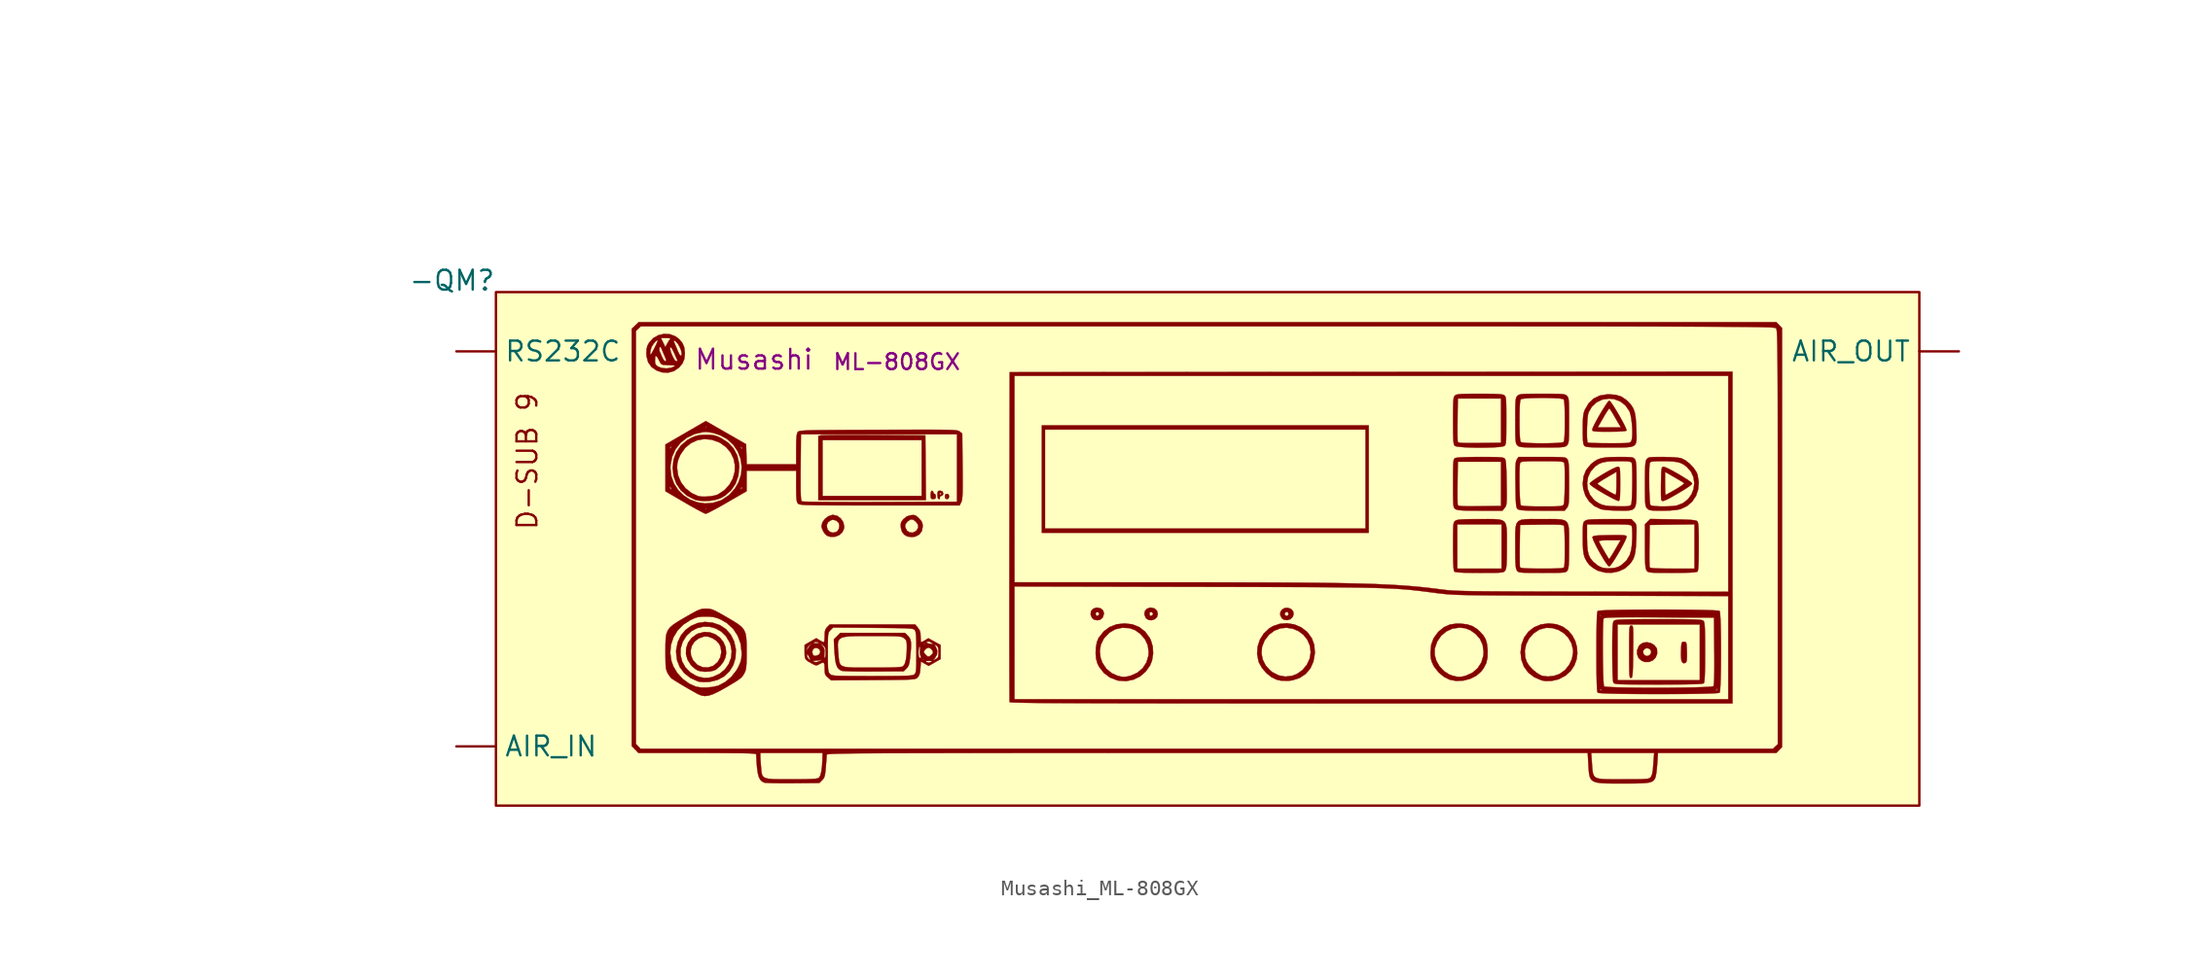
<source format=kicad_sym>
(kicad_symbol_lib
  (version 20231120)
  (generator "kicad_symbol_editor")
  (generator_version "8.0")
  (symbol "Musashi_ML-808GX"
    (pin_numbers hide)
    (property "Reference" "-QM"
      (at 0 0 0)
      (effects (font (size 1.27 1.27)) (justify right bottom)))
    (property "Value" ""
      (at -16.51 10.16 0)
      (effects (font (size 1.27 1.27))))
    (property "Manufacturer" "Musashi"
      (at 12.7 -5.08 0)
      (effects (font (size 1.27 1.27)) (justify left bottom)))
    (property "PartNo" "ML-808GX"
      (at 21.59 -5.08 0)
      (effects (font (size 1.016 1.016)) (justify left bottom)))
    (symbol "Musashi_ML-808GX_0_0"
      (polyline (pts (xy 29.079 -13.274) (xy 29.111 -13.141) (xy 29.082 -13.011) (xy 28.975 -12.972) (xy 28.872 -13.008) (xy 28.84 -13.141) (xy 28.855 -13.209) (xy 28.908 -13.209) (xy 28.942 -13.175) (xy 28.975 -13.209) (xy 28.942 -13.243) (xy 28.908 -13.209) (xy 28.855 -13.209) (xy 28.869 -13.271) (xy 28.975 -13.31) (xy 29.079 -13.274)) (stroke (width 0.01) (type default)) (fill (type outline)))
      (polyline (pts (xy 28.126 -13.31) (xy 28.236 -13.27) (xy 28.264 -13.141) (xy 28.243 -13.03) (xy 28.18 -12.972) (xy 28.14 -12.96) (xy 28.095 -12.87) (xy 28.085 -12.823) (xy 28.01 -12.768) (xy 28.001 -12.77) (xy 27.945 -12.848) (xy 27.925 -13.04) (xy 27.926 -13.063) (xy 27.937 -13.226) (xy 27.986 -13.296) (xy 28.095 -13.31) (xy 28.126 -13.31)) (stroke (width 0.01) (type default)) (fill (type outline)))
      (polyline (pts (xy 56.069 -12.024) (xy 56.069 -8.569) (xy 45.57 -8.569) (xy 35.071 -8.569) (xy 35.071 -12.024) (xy 35.071 -15.207) (xy 35.275 -15.207) (xy 35.275 -12.024) (xy 35.275 -8.84) (xy 45.57 -8.84) (xy 55.865 -8.84) (xy 55.865 -12.024) (xy 55.865 -15.207) (xy 45.57 -15.207) (xy 35.275 -15.207) (xy 35.071 -15.207) (xy 35.071 -15.478) (xy 45.57 -15.478) (xy 56.069 -15.478) (xy 56.069 -12.024)) (stroke (width 0.01) (type default)) (fill (type outline)))
      (polyline (pts (xy 76.442 -23.819) (xy 76.467 -23.792) (xy 76.5 -23.675) (xy 76.514 -23.459) (xy 76.51 -23.126) (xy 76.507 -23.04) (xy 76.496 -22.774) (xy 76.48 -22.611) (xy 76.45 -22.526) (xy 76.4 -22.493) (xy 76.321 -22.488) (xy 76.315 -22.488) (xy 76.236 -22.495) (xy 76.187 -22.532) (xy 76.158 -22.625) (xy 76.143 -22.802) (xy 76.132 -23.088) (xy 76.13 -23.407) (xy 76.15 -23.655) (xy 76.191 -23.782) (xy 76.222 -23.817) (xy 76.318 -23.871) (xy 76.442 -23.819)) (stroke (width 0.01) (type default)) (fill (type outline)))
      (polyline (pts (xy 51.041 -21.029) (xy 51.19 -20.88) (xy 51.242 -20.728) (xy 51.215 -20.527) (xy 51.082 -20.374) (xy 50.862 -20.299) (xy 50.679 -20.313) (xy 50.497 -20.415) (xy 50.393 -20.581) (xy 50.389 -20.71) (xy 50.666 -20.71) (xy 50.704 -20.605) (xy 50.823 -20.558) (xy 50.88 -20.584) (xy 50.921 -20.693) (xy 50.882 -20.794) (xy 50.782 -20.828) (xy 50.684 -20.761) (xy 50.666 -20.71) (xy 50.389 -20.71) (xy 50.387 -20.78) (xy 50.494 -20.979) (xy 50.63 -21.07) (xy 50.837 -21.094) (xy 51.041 -21.029)) (stroke (width 0.01) (type default)) (fill (type outline)))
      (polyline (pts (xy 38.811 -21.071) (xy 38.962 -20.949) (xy 38.994 -20.898) (xy 39.06 -20.675) (xy 39.01 -20.479) (xy 38.858 -20.34) (xy 38.621 -20.287) (xy 38.563 -20.29) (xy 38.355 -20.367) (xy 38.229 -20.524) (xy 38.208 -20.693) (xy 38.526 -20.693) (xy 38.548 -20.594) (xy 38.644 -20.571) (xy 38.706 -20.598) (xy 38.763 -20.693) (xy 38.745 -20.749) (xy 38.644 -20.816) (xy 38.56 -20.805) (xy 38.526 -20.693) (xy 38.208 -20.693) (xy 38.203 -20.729) (xy 38.293 -20.949) (xy 38.412 -21.056) (xy 38.627 -21.1) (xy 38.811 -21.071)) (stroke (width 0.01) (type default)) (fill (type outline)))
      (polyline (pts (xy 42.32 -21.033) (xy 42.465 -20.898) (xy 42.522 -20.705) (xy 42.467 -20.492) (xy 42.309 -20.342) (xy 42.075 -20.287) (xy 42.018 -20.29) (xy 41.809 -20.367) (xy 41.684 -20.524) (xy 41.662 -20.693) (xy 41.98 -20.693) (xy 42.003 -20.594) (xy 42.099 -20.571) (xy 42.161 -20.598) (xy 42.217 -20.693) (xy 42.2 -20.749) (xy 42.099 -20.816) (xy 42.014 -20.805) (xy 41.98 -20.693) (xy 41.662 -20.693) (xy 41.658 -20.729) (xy 41.747 -20.949) (xy 41.764 -20.972) (xy 41.929 -21.083) (xy 42.128 -21.099) (xy 42.32 -21.033)) (stroke (width 0.01) (type default)) (fill (type outline)))
      (polyline (pts (xy 28.515 -13.296) (xy 28.526 -13.209) (xy 28.518 -13.151) (xy 28.59 -13.107) (xy 28.638 -13.098) (xy 28.723 -13.023) (xy 28.738 -12.94) (xy 28.684 -12.815) (xy 28.528 -12.768) (xy 28.52 -12.769) (xy 28.419 -12.787) (xy 28.375 -12.865) (xy 28.369 -12.972) (xy 28.501 -12.972) (xy 28.504 -12.953) (xy 28.573 -12.904) (xy 28.598 -12.909) (xy 28.603 -12.972) (xy 28.589 -12.992) (xy 28.531 -13.04) (xy 28.524 -13.038) (xy 28.501 -12.972) (xy 28.369 -12.972) (xy 28.366 -13.04) (xy 28.367 -13.108) (xy 28.395 -13.263) (xy 28.465 -13.31) (xy 28.515 -13.296)) (stroke (width 0.01) (type default)) (fill (type outline)))
      (polyline (pts (xy 27.605 -11.295) (xy 27.587 -9.213) (xy 24.302 -9.194) (xy 24.268 -9.194) (xy 23.611 -9.191) (xy 22.992 -9.189) (xy 22.425 -9.19) (xy 21.925 -9.191) (xy 21.505 -9.195) (xy 21.179 -9.199) (xy 20.961 -9.205) (xy 20.864 -9.212) (xy 20.712 -9.249) (xy 20.712 -11.313) (xy 20.712 -13.107) (xy 20.983 -13.107) (xy 20.983 -11.312) (xy 20.983 -9.517) (xy 24.166 -9.517) (xy 27.35 -9.517) (xy 27.35 -11.312) (xy 27.35 -13.107) (xy 24.166 -13.107) (xy 20.983 -13.107) (xy 20.712 -13.107) (xy 20.712 -13.378) (xy 24.167 -13.378) (xy 27.623 -13.378) (xy 27.605 -11.295)) (stroke (width 0.01) (type default)) (fill (type outline)))
      (polyline (pts (xy 74.089 -23.779) (xy 74.326 -23.676) (xy 74.505 -23.494) (xy 74.601 -23.251) (xy 74.589 -22.968) (xy 74.563 -22.893) (xy 74.415 -22.699) (xy 74.196 -22.57) (xy 73.943 -22.516) (xy 73.695 -22.547) (xy 73.493 -22.674) (xy 73.417 -22.771) (xy 73.31 -23.028) (xy 73.309 -23.196) (xy 73.692 -23.196) (xy 73.704 -23.047) (xy 73.815 -22.928) (xy 73.933 -22.893) (xy 74.085 -22.926) (xy 74.189 -23.031) (xy 74.217 -23.174) (xy 74.14 -23.321) (xy 74.093 -23.358) (xy 73.95 -23.403) (xy 73.911 -23.4) (xy 73.766 -23.329) (xy 73.692 -23.196) (xy 73.309 -23.196) (xy 73.309 -23.294) (xy 73.408 -23.532) (xy 73.604 -23.707) (xy 73.821 -23.785) (xy 74.089 -23.779)) (stroke (width 0.01) (type default)) (fill (type outline)))
      (polyline (pts (xy 72.949 -24.8) (xy 72.979 -24.761) (xy 73.002 -24.68) (xy 73.019 -24.544) (xy 73.031 -24.334) (xy 73.041 -24.037) (xy 73.048 -23.635) (xy 73.054 -23.114) (xy 73.057 -22.872) (xy 73.061 -22.407) (xy 73.062 -22.056) (xy 73.058 -21.802) (xy 73.049 -21.629) (xy 73.033 -21.522) (xy 73.01 -21.465) (xy 72.978 -21.442) (xy 72.936 -21.438) (xy 72.915 -21.439) (xy 72.877 -21.45) (xy 72.849 -21.488) (xy 72.828 -21.567) (xy 72.814 -21.703) (xy 72.806 -21.913) (xy 72.801 -22.212) (xy 72.799 -22.614) (xy 72.799 -23.137) (xy 72.799 -23.169) (xy 72.799 -23.686) (xy 72.802 -24.083) (xy 72.808 -24.376) (xy 72.817 -24.58) (xy 72.832 -24.71) (xy 72.853 -24.782) (xy 72.881 -24.811) (xy 72.917 -24.812) (xy 72.949 -24.8)) (stroke (width 0.01) (type default)) (fill (type outline)))
      (polyline (pts (xy 21.783 -15.729) (xy 22.046 -15.629) (xy 22.25 -15.449) (xy 22.362 -15.204) (xy 22.374 -15.06) (xy 22.311 -14.787) (xy 22.153 -14.553) (xy 21.928 -14.388) (xy 21.66 -14.326) (xy 21.603 -14.33) (xy 21.356 -14.414) (xy 21.135 -14.583) (xy 20.976 -14.804) (xy 20.915 -15.041) (xy 20.919 -15.066) (xy 21.255 -15.066) (xy 21.263 -14.958) (xy 21.334 -14.798) (xy 21.508 -14.673) (xy 21.656 -14.638) (xy 21.856 -14.688) (xy 22.015 -14.828) (xy 22.064 -14.999) (xy 22.038 -15.204) (xy 21.943 -15.366) (xy 21.847 -15.431) (xy 21.644 -15.474) (xy 21.452 -15.416) (xy 21.31 -15.275) (xy 21.255 -15.066) (xy 20.919 -15.066) (xy 20.93 -15.144) (xy 21.012 -15.354) (xy 21.138 -15.548) (xy 21.274 -15.668) (xy 21.495 -15.736) (xy 21.783 -15.729)) (stroke (width 0.01) (type default)) (fill (type outline)))
      (polyline (pts (xy 26.943 -15.72) (xy 27.196 -15.589) (xy 27.36 -15.367) (xy 27.418 -15.07) (xy 27.402 -14.888) (xy 27.332 -14.725) (xy 27.179 -14.548) (xy 27.107 -14.478) (xy 26.969 -14.37) (xy 26.837 -14.334) (xy 26.654 -14.347) (xy 26.392 -14.425) (xy 26.174 -14.603) (xy 26.163 -14.614) (xy 26.047 -14.77) (xy 26.004 -14.918) (xy 26.012 -15.075) (xy 26.287 -15.075) (xy 26.307 -14.924) (xy 26.426 -14.77) (xy 26.467 -14.731) (xy 26.641 -14.617) (xy 26.802 -14.628) (xy 26.98 -14.764) (xy 27.114 -14.952) (xy 27.13 -15.151) (xy 27.011 -15.342) (xy 26.985 -15.367) (xy 26.784 -15.469) (xy 26.578 -15.456) (xy 26.404 -15.338) (xy 26.297 -15.126) (xy 26.287 -15.075) (xy 26.012 -15.075) (xy 26.015 -15.13) (xy 26.019 -15.168) (xy 26.089 -15.417) (xy 26.229 -15.594) (xy 26.242 -15.605) (xy 26.446 -15.716) (xy 26.715 -15.749) (xy 26.943 -15.72)) (stroke (width 0.01) (type default)) (fill (type outline)))
      (polyline (pts (xy 71.556 -8.975) (xy 71.999 -8.97) (xy 72.331 -8.956) (xy 72.545 -8.934) (xy 72.632 -8.903) (xy 72.632 -8.87) (xy 72.582 -8.734) (xy 72.481 -8.523) (xy 72.343 -8.26) (xy 72.181 -7.97) (xy 72.01 -7.678) (xy 71.845 -7.408) (xy 71.699 -7.185) (xy 71.586 -7.033) (xy 71.521 -6.977) (xy 71.514 -6.979) (xy 71.441 -7.052) (xy 71.322 -7.216) (xy 71.172 -7.447) (xy 71.005 -7.72) (xy 70.836 -8.01) (xy 70.679 -8.293) (xy 70.549 -8.543) (xy 70.475 -8.704) (xy 70.775 -8.704) (xy 71.124 -8.095) (xy 71.234 -7.907) (xy 71.368 -7.689) (xy 71.469 -7.54) (xy 71.52 -7.485) (xy 71.563 -7.524) (xy 71.654 -7.653) (xy 71.768 -7.841) (xy 71.852 -7.989) (xy 71.999 -8.243) (xy 72.12 -8.45) (xy 72.27 -8.704) (xy 71.523 -8.704) (xy 70.775 -8.704) (xy 70.475 -8.704) (xy 70.461 -8.735) (xy 70.428 -8.846) (xy 70.43 -8.873) (xy 70.449 -8.914) (xy 70.507 -8.942) (xy 70.622 -8.96) (xy 70.814 -8.97) (xy 71.103 -8.975) (xy 71.508 -8.976) (xy 71.556 -8.975)) (stroke (width 0.01) (type default)) (fill (type outline)))
      (polyline (pts (xy 13.745 -24.397) (xy 14.027 -24.327) (xy 14.162 -24.254) (xy 14.412 -24.039) (xy 14.621 -23.763) (xy 14.75 -23.476) (xy 14.792 -23.217) (xy 14.757 -22.842) (xy 14.617 -22.504) (xy 14.392 -22.221) (xy 14.099 -22.007) (xy 13.759 -21.88) (xy 13.388 -21.855) (xy 13.006 -21.95) (xy 12.894 -22.002) (xy 12.569 -22.24) (xy 12.343 -22.546) (xy 12.221 -22.898) (xy 12.216 -23.046) (xy 12.508 -23.046) (xy 12.587 -22.742) (xy 12.761 -22.475) (xy 13.027 -22.267) (xy 13.378 -22.143) (xy 13.621 -22.151) (xy 13.899 -22.249) (xy 14.155 -22.413) (xy 14.342 -22.62) (xy 14.434 -22.817) (xy 14.482 -23.151) (xy 14.418 -23.483) (xy 14.251 -23.782) (xy 13.99 -24.013) (xy 13.94 -24.041) (xy 13.622 -24.137) (xy 13.289 -24.122) (xy 12.987 -23.995) (xy 12.899 -23.93) (xy 12.659 -23.664) (xy 12.531 -23.361) (xy 12.508 -23.046) (xy 12.216 -23.046) (xy 12.209 -23.272) (xy 12.312 -23.643) (xy 12.535 -23.989) (xy 12.596 -24.054) (xy 12.783 -24.217) (xy 12.955 -24.324) (xy 13.097 -24.37) (xy 13.412 -24.411) (xy 13.745 -24.397)) (stroke (width 0.01) (type default)) (fill (type outline)))
      (polyline (pts (xy 72.15 -13.414) (xy 72.181 -13.357) (xy 72.202 -13.238) (xy 72.215 -13.039) (xy 72.221 -12.741) (xy 72.223 -12.327) (xy 72.223 -12.072) (xy 72.22 -11.738) (xy 72.213 -11.507) (xy 72.199 -11.361) (xy 72.174 -11.279) (xy 72.138 -11.242) (xy 72.088 -11.229) (xy 72.086 -11.229) (xy 71.971 -11.257) (xy 71.775 -11.343) (xy 71.524 -11.473) (xy 71.242 -11.631) (xy 70.955 -11.802) (xy 70.688 -11.971) (xy 70.466 -12.124) (xy 70.315 -12.245) (xy 70.259 -12.319) (xy 70.762 -12.319) (xy 70.793 -12.284) (xy 70.92 -12.19) (xy 71.123 -12.059) (xy 71.376 -11.908) (xy 71.986 -11.555) (xy 71.986 -12.297) (xy 71.983 -12.553) (xy 71.972 -12.804) (xy 71.956 -12.974) (xy 71.935 -13.036) (xy 71.912 -13.03) (xy 71.788 -12.972) (xy 71.6 -12.869) (xy 71.378 -12.739) (xy 71.153 -12.6) (xy 70.955 -12.471) (xy 70.814 -12.372) (xy 70.762 -12.319) (xy 70.259 -12.319) (xy 70.259 -12.319) (xy 70.314 -12.397) (xy 70.484 -12.53) (xy 70.761 -12.712) (xy 71.139 -12.938) (xy 71.288 -13.023) (xy 71.59 -13.188) (xy 71.845 -13.318) (xy 72.03 -13.402) (xy 72.121 -13.428) (xy 72.15 -13.414)) (stroke (width 0.01) (type default)) (fill (type outline)))
      (polyline (pts (xy 71.54 -17.631) (xy 71.633 -17.528) (xy 71.766 -17.339) (xy 71.926 -17.091) (xy 72.097 -16.806) (xy 72.267 -16.51) (xy 72.419 -16.228) (xy 72.541 -15.983) (xy 72.618 -15.802) (xy 72.636 -15.707) (xy 72.624 -15.688) (xy 72.565 -15.656) (xy 72.445 -15.636) (xy 72.245 -15.625) (xy 71.946 -15.623) (xy 71.531 -15.629) (xy 71.504 -15.629) (xy 71.106 -15.638) (xy 70.822 -15.649) (xy 70.633 -15.664) (xy 70.52 -15.687) (xy 70.463 -15.72) (xy 70.441 -15.764) (xy 70.444 -15.795) (xy 70.495 -15.937) (xy 70.53 -16.013) (xy 70.846 -16.013) (xy 70.876 -15.993) (xy 71.016 -15.972) (xy 71.245 -15.957) (xy 71.537 -15.952) (xy 72.252 -15.952) (xy 71.899 -16.561) (xy 71.787 -16.75) (xy 71.655 -16.966) (xy 71.558 -17.114) (xy 71.512 -17.169) (xy 71.51 -17.168) (xy 71.46 -17.1) (xy 71.366 -16.948) (xy 71.244 -16.744) (xy 71.114 -16.517) (xy 70.992 -16.299) (xy 70.897 -16.121) (xy 70.846 -16.013) (xy 70.53 -16.013) (xy 70.598 -16.161) (xy 70.741 -16.444) (xy 70.915 -16.762) (xy 70.957 -16.836) (xy 71.152 -17.166) (xy 71.317 -17.421) (xy 71.441 -17.585) (xy 71.514 -17.643) (xy 71.54 -17.631)) (stroke (width 0.01) (type default)) (fill (type outline)))
      (polyline (pts (xy 75.003 -13.425) (xy 75.138 -13.377) (xy 75.342 -13.277) (xy 75.63 -13.119) (xy 76.017 -12.895) (xy 76.054 -12.874) (xy 76.388 -12.67) (xy 76.641 -12.502) (xy 76.798 -12.377) (xy 76.848 -12.306) (xy 76.848 -12.306) (xy 76.782 -12.234) (xy 76.622 -12.115) (xy 76.393 -11.964) (xy 76.12 -11.796) (xy 75.829 -11.627) (xy 75.546 -11.471) (xy 75.297 -11.342) (xy 75.106 -11.257) (xy 75 -11.229) (xy 74.983 -11.232) (xy 74.935 -11.251) (xy 74.901 -11.304) (xy 74.879 -11.411) (xy 74.867 -11.556) (xy 75.102 -11.556) (xy 75.695 -11.896) (xy 75.864 -11.995) (xy 76.093 -12.131) (xy 76.26 -12.233) (xy 76.338 -12.286) (xy 76.323 -12.319) (xy 76.216 -12.409) (xy 76.028 -12.537) (xy 75.784 -12.687) (xy 75.598 -12.794) (xy 75.373 -12.921) (xy 75.212 -13.007) (xy 75.141 -13.04) (xy 75.127 -12.994) (xy 75.114 -12.837) (xy 75.105 -12.596) (xy 75.102 -12.297) (xy 75.102 -11.556) (xy 74.867 -11.556) (xy 74.864 -11.592) (xy 74.854 -11.867) (xy 74.846 -12.258) (xy 74.843 -12.423) (xy 74.841 -12.77) (xy 74.844 -13.06) (xy 74.852 -13.267) (xy 74.864 -13.366) (xy 74.874 -13.388) (xy 74.92 -13.426) (xy 75.003 -13.425)) (stroke (width 0.01) (type default)) (fill (type outline)))
      (polyline (pts (xy 51.172 -24.961) (xy 51.638 -24.807) (xy 52.022 -24.55) (xy 52.318 -24.198) (xy 52.514 -23.761) (xy 52.603 -23.247) (xy 52.607 -23.144) (xy 52.566 -22.675) (xy 52.416 -22.267) (xy 52.148 -21.892) (xy 52.1 -21.841) (xy 51.732 -21.557) (xy 51.3 -21.373) (xy 50.834 -21.294) (xy 50.364 -21.328) (xy 49.92 -21.477) (xy 49.669 -21.629) (xy 49.326 -21.953) (xy 49.077 -22.35) (xy 48.932 -22.797) (xy 48.904 -23.218) (xy 49.179 -23.218) (xy 49.219 -22.802) (xy 49.379 -22.4) (xy 49.66 -22.033) (xy 49.666 -22.026) (xy 50.016 -21.765) (xy 50.398 -21.619) (xy 50.795 -21.581) (xy 51.185 -21.642) (xy 51.549 -21.794) (xy 51.867 -22.029) (xy 52.118 -22.339) (xy 52.284 -22.715) (xy 52.343 -23.148) (xy 52.343 -23.161) (xy 52.275 -23.575) (xy 52.092 -23.965) (xy 51.814 -24.302) (xy 51.461 -24.554) (xy 51.148 -24.675) (xy 50.714 -24.726) (xy 50.285 -24.647) (xy 49.88 -24.44) (xy 49.758 -24.346) (xy 49.45 -24.011) (xy 49.257 -23.628) (xy 49.179 -23.218) (xy 48.904 -23.218) (xy 48.901 -23.27) (xy 48.992 -23.747) (xy 49.02 -23.822) (xy 49.214 -24.17) (xy 49.491 -24.493) (xy 49.815 -24.756) (xy 50.15 -24.922) (xy 50.433 -24.984) (xy 50.901 -24.997) (xy 51.172 -24.961)) (stroke (width 0.01) (type default)) (fill (type outline)))
      (polyline (pts (xy 13.6 -25.07) (xy 13.756 -25.057) (xy 14.244 -24.936) (xy 14.664 -24.708) (xy 15.003 -24.387) (xy 15.249 -23.987) (xy 15.39 -23.522) (xy 15.414 -23.004) (xy 15.408 -22.942) (xy 15.3 -22.455) (xy 15.086 -22.025) (xy 14.779 -21.672) (xy 14.394 -21.416) (xy 14.39 -21.415) (xy 13.903 -21.251) (xy 13.422 -21.209) (xy 12.962 -21.281) (xy 12.541 -21.457) (xy 12.175 -21.726) (xy 11.883 -22.081) (xy 11.68 -22.51) (xy 11.583 -23.004) (xy 11.577 -23.152) (xy 11.599 -23.346) (xy 11.861 -23.346) (xy 11.868 -22.916) (xy 11.998 -22.488) (xy 12.238 -22.104) (xy 12.555 -21.806) (xy 12.921 -21.609) (xy 13.316 -21.513) (xy 13.72 -21.518) (xy 14.113 -21.623) (xy 14.475 -21.829) (xy 14.785 -22.134) (xy 15.023 -22.538) (xy 15.069 -22.659) (xy 15.148 -23.09) (xy 15.108 -23.515) (xy 14.957 -23.913) (xy 14.708 -24.263) (xy 14.37 -24.543) (xy 13.955 -24.732) (xy 13.689 -24.797) (xy 13.387 -24.811) (xy 13.068 -24.747) (xy 12.861 -24.674) (xy 12.477 -24.444) (xy 12.175 -24.131) (xy 11.966 -23.759) (xy 11.861 -23.346) (xy 11.599 -23.346) (xy 11.634 -23.662) (xy 11.81 -24.115) (xy 12.1 -24.502) (xy 12.495 -24.812) (xy 12.99 -25.037) (xy 13.115 -25.059) (xy 13.341 -25.074) (xy 13.6 -25.07)) (stroke (width 0.01) (type default)) (fill (type outline)))
      (polyline (pts (xy 40.955 -24.92) (xy 41.382 -24.711) (xy 41.747 -24.397) (xy 42.032 -23.988) (xy 42.147 -23.691) (xy 42.219 -23.247) (xy 42.194 -22.793) (xy 42.072 -22.381) (xy 41.999 -22.236) (xy 41.709 -21.837) (xy 41.338 -21.545) (xy 40.895 -21.366) (xy 40.389 -21.305) (xy 39.875 -21.361) (xy 39.424 -21.535) (xy 39.038 -21.827) (xy 38.716 -22.239) (xy 38.609 -22.5) (xy 38.544 -22.846) (xy 38.533 -23.087) (xy 38.794 -23.087) (xy 38.859 -22.674) (xy 39.039 -22.305) (xy 39.085 -22.242) (xy 39.413 -21.898) (xy 39.787 -21.681) (xy 40.212 -21.587) (xy 40.276 -21.584) (xy 40.697 -21.607) (xy 41.055 -21.731) (xy 41.384 -21.967) (xy 41.384 -21.967) (xy 41.694 -22.319) (xy 41.875 -22.705) (xy 41.934 -23.138) (xy 41.917 -23.384) (xy 41.79 -23.812) (xy 41.553 -24.179) (xy 41.218 -24.467) (xy 40.8 -24.658) (xy 40.618 -24.708) (xy 40.383 -24.746) (xy 40.168 -24.73) (xy 39.905 -24.661) (xy 39.565 -24.508) (xy 39.219 -24.223) (xy 38.96 -23.836) (xy 38.843 -23.515) (xy 38.794 -23.087) (xy 38.533 -23.087) (xy 38.527 -23.225) (xy 38.559 -23.586) (xy 38.643 -23.883) (xy 38.754 -24.101) (xy 39.06 -24.494) (xy 39.45 -24.785) (xy 39.914 -24.965) (xy 40.002 -24.984) (xy 40.488 -25.014) (xy 40.955 -24.92)) (stroke (width 0.01) (type default)) (fill (type outline)))
      (polyline (pts (xy 67.82 -25.001) (xy 68.227 -24.907) (xy 68.304 -24.878) (xy 68.722 -24.655) (xy 69.045 -24.361) (xy 69.276 -24.013) (xy 69.418 -23.628) (xy 69.472 -23.224) (xy 69.442 -22.818) (xy 69.332 -22.427) (xy 69.142 -22.068) (xy 68.877 -21.759) (xy 68.539 -21.517) (xy 68.131 -21.359) (xy 67.655 -21.304) (xy 67.619 -21.304) (xy 67.121 -21.373) (xy 66.686 -21.555) (xy 66.327 -21.837) (xy 66.056 -22.208) (xy 65.885 -22.655) (xy 65.836 -23.07) (xy 66.094 -23.07) (xy 66.178 -22.657) (xy 66.367 -22.276) (xy 66.651 -21.952) (xy 67.02 -21.71) (xy 67.063 -21.691) (xy 67.463 -21.587) (xy 67.867 -21.601) (xy 68.253 -21.721) (xy 68.601 -21.933) (xy 68.888 -22.225) (xy 69.093 -22.584) (xy 69.194 -22.998) (xy 69.199 -23.16) (xy 69.128 -23.577) (xy 68.947 -23.97) (xy 68.677 -24.305) (xy 68.333 -24.552) (xy 68.326 -24.555) (xy 67.972 -24.677) (xy 67.585 -24.721) (xy 67.23 -24.679) (xy 67.153 -24.653) (xy 66.889 -24.504) (xy 66.617 -24.284) (xy 66.381 -24.03) (xy 66.221 -23.778) (xy 66.125 -23.491) (xy 66.094 -23.07) (xy 65.836 -23.07) (xy 65.825 -23.166) (xy 65.874 -23.633) (xy 66.038 -24.084) (xy 66.313 -24.461) (xy 66.694 -24.757) (xy 67.177 -24.965) (xy 67.422 -25.011) (xy 67.82 -25.001)) (stroke (width 0.01) (type default)) (fill (type outline)))
      (polyline (pts (xy 62.149 -24.98) (xy 62.587 -24.866) (xy 62.978 -24.671) (xy 63.284 -24.405) (xy 63.45 -24.186) (xy 63.621 -23.853) (xy 63.702 -23.484) (xy 63.709 -23.036) (xy 63.704 -22.958) (xy 63.661 -22.598) (xy 63.578 -22.319) (xy 63.435 -22.079) (xy 63.214 -21.832) (xy 63.032 -21.667) (xy 62.732 -21.477) (xy 62.389 -21.366) (xy 61.962 -21.317) (xy 61.709 -21.314) (xy 61.279 -21.379) (xy 60.91 -21.542) (xy 60.572 -21.816) (xy 60.51 -21.881) (xy 60.239 -22.254) (xy 60.084 -22.674) (xy 60.035 -23.166) (xy 60.035 -23.221) (xy 60.042 -23.325) (xy 60.304 -23.325) (xy 60.307 -22.949) (xy 60.316 -22.907) (xy 60.468 -22.469) (xy 60.72 -22.1) (xy 61.053 -21.818) (xy 61.451 -21.637) (xy 61.894 -21.574) (xy 62.259 -21.611) (xy 62.604 -21.743) (xy 62.942 -21.988) (xy 63.208 -22.289) (xy 63.389 -22.68) (xy 63.45 -23.135) (xy 63.432 -23.387) (xy 63.304 -23.815) (xy 63.066 -24.184) (xy 62.732 -24.473) (xy 62.316 -24.664) (xy 62.113 -24.719) (xy 61.896 -24.747) (xy 61.678 -24.723) (xy 61.397 -24.647) (xy 61.231 -24.583) (xy 60.895 -24.363) (xy 60.616 -24.061) (xy 60.413 -23.706) (xy 60.304 -23.325) (xy 60.042 -23.325) (xy 60.053 -23.513) (xy 60.109 -23.747) (xy 60.217 -23.988) (xy 60.291 -24.116) (xy 60.571 -24.466) (xy 60.914 -24.748) (xy 61.282 -24.928) (xy 61.7 -25.003) (xy 62.149 -24.98)) (stroke (width 0.01) (type default)) (fill (type outline)))
      (polyline (pts (xy 63.736 -18.051) (xy 64.1 -18.049) (xy 64.366 -18.043) (xy 64.552 -18.031) (xy 64.674 -18.013) (xy 64.75 -17.986) (xy 64.799 -17.95) (xy 64.836 -17.901) (xy 64.849 -17.882) (xy 64.882 -17.799) (xy 64.907 -17.67) (xy 64.924 -17.477) (xy 64.935 -17.204) (xy 64.94 -16.831) (xy 64.942 -16.34) (xy 64.943 -16.057) (xy 64.944 -15.588) (xy 64.932 -15.232) (xy 64.892 -14.972) (xy 64.808 -14.794) (xy 64.665 -14.683) (xy 64.448 -14.622) (xy 64.141 -14.598) (xy 63.73 -14.595) (xy 63.199 -14.597) (xy 63.036 -14.598) (xy 62.583 -14.6) (xy 62.242 -14.607) (xy 61.995 -14.62) (xy 61.824 -14.639) (xy 61.711 -14.666) (xy 61.638 -14.703) (xy 61.632 -14.707) (xy 61.585 -14.745) (xy 61.549 -14.796) (xy 61.524 -14.877) (xy 61.506 -15.006) (xy 61.496 -15.2) (xy 61.49 -15.476) (xy 61.488 -15.854) (xy 61.487 -16.349) (xy 61.488 -16.572) (xy 61.492 -17.076) (xy 61.502 -17.457) (xy 61.518 -17.727) (xy 61.525 -17.781) (xy 61.758 -17.781) (xy 61.758 -16.358) (xy 61.758 -14.936) (xy 63.181 -14.936) (xy 64.603 -14.936) (xy 64.603 -16.358) (xy 64.603 -17.781) (xy 63.181 -17.781) (xy 61.758 -17.781) (xy 61.525 -17.781) (xy 61.54 -17.895) (xy 61.569 -17.97) (xy 61.587 -17.982) (xy 61.696 -18.009) (xy 61.901 -18.028) (xy 62.212 -18.042) (xy 62.638 -18.049) (xy 63.19 -18.052) (xy 63.256 -18.052) (xy 63.736 -18.051)) (stroke (width 0.01) (type default)) (fill (type outline)))
      (polyline (pts (xy 13.747 -13.418) (xy 14.13 -13.353) (xy 14.445 -13.245) (xy 14.726 -13.082) (xy 15.115 -12.739) (xy 15.399 -12.315) (xy 15.573 -11.819) (xy 15.631 -11.259) (xy 15.619 -11.013) (xy 15.503 -10.502) (xy 15.269 -10.056) (xy 14.921 -9.681) (xy 14.465 -9.385) (xy 14.242 -9.282) (xy 14.036 -9.216) (xy 13.809 -9.186) (xy 13.504 -9.179) (xy 13.268 -9.183) (xy 13.014 -9.208) (xy 12.794 -9.267) (xy 12.549 -9.371) (xy 12.272 -9.528) (xy 11.881 -9.865) (xy 11.592 -10.283) (xy 11.413 -10.768) (xy 11.355 -11.288) (xy 11.637 -11.288) (xy 11.655 -11.009) (xy 11.72 -10.758) (xy 11.848 -10.469) (xy 11.872 -10.423) (xy 12.156 -10.02) (xy 12.516 -9.719) (xy 12.932 -9.526) (xy 13.387 -9.447) (xy 13.861 -9.49) (xy 14.335 -9.659) (xy 14.397 -9.691) (xy 14.79 -9.971) (xy 15.08 -10.318) (xy 15.268 -10.711) (xy 15.354 -11.134) (xy 15.338 -11.566) (xy 15.22 -11.988) (xy 15.002 -12.383) (xy 14.684 -12.73) (xy 14.265 -13.012) (xy 14.102 -13.07) (xy 13.822 -13.124) (xy 13.506 -13.152) (xy 13.21 -13.151) (xy 12.99 -13.116) (xy 12.563 -12.918) (xy 12.181 -12.613) (xy 11.889 -12.23) (xy 11.704 -11.788) (xy 11.637 -11.306) (xy 11.637 -11.288) (xy 11.355 -11.288) (xy 11.353 -11.307) (xy 11.413 -11.833) (xy 11.591 -12.325) (xy 11.882 -12.749) (xy 12.278 -13.093) (xy 12.771 -13.347) (xy 12.98 -13.402) (xy 13.346 -13.435) (xy 13.747 -13.418)) (stroke (width 0.01) (type default)) (fill (type outline)))
      (polyline (pts (xy 75.79 -18.051) (xy 76.293 -18.047) (xy 76.675 -18.037) (xy 76.945 -18.021) (xy 77.112 -17.999) (xy 77.188 -17.97) (xy 77.2 -17.953) (xy 77.226 -17.845) (xy 77.246 -17.64) (xy 77.259 -17.33) (xy 77.267 -16.904) (xy 77.269 -16.353) (xy 77.269 -16.289) (xy 77.268 -15.801) (xy 77.264 -15.43) (xy 77.255 -15.158) (xy 77.242 -14.968) (xy 77.222 -14.844) (xy 77.194 -14.768) (xy 77.157 -14.724) (xy 77.113 -14.7) (xy 76.994 -14.672) (xy 76.798 -14.65) (xy 76.51 -14.633) (xy 76.116 -14.62) (xy 75.6 -14.611) (xy 74.155 -14.59) (xy 73.985 -14.76) (xy 73.815 -14.93) (xy 73.815 -16.34) (xy 73.815 -16.503) (xy 73.818 -16.956) (xy 73.82 -17.071) (xy 74.097 -17.071) (xy 74.097 -16.702) (xy 74.101 -16.289) (xy 74.12 -14.97) (xy 75.559 -14.952) (xy 76.998 -14.933) (xy 76.998 -16.357) (xy 76.998 -17.781) (xy 75.574 -17.781) (xy 75.166 -17.78) (xy 74.762 -17.774) (xy 74.469 -17.764) (xy 74.272 -17.748) (xy 74.159 -17.725) (xy 74.116 -17.694) (xy 74.115 -17.691) (xy 74.106 -17.588) (xy 74.1 -17.374) (xy 74.097 -17.071) (xy 73.82 -17.071) (xy 73.825 -17.297) (xy 73.837 -17.544) (xy 73.856 -17.715) (xy 73.884 -17.828) (xy 73.92 -17.901) (xy 73.925 -17.908) (xy 73.963 -17.954) (xy 74.014 -17.99) (xy 74.095 -18.015) (xy 74.223 -18.033) (xy 74.417 -18.044) (xy 74.694 -18.049) (xy 75.071 -18.051) (xy 75.566 -18.052) (xy 75.79 -18.051)) (stroke (width 0.01) (type default)) (fill (type outline)))
      (polyline (pts (xy 64.805 -13.872) (xy 64.836 -13.831) (xy 64.876 -13.762) (xy 64.905 -13.673) (xy 64.923 -13.545) (xy 64.934 -13.359) (xy 64.937 -13.095) (xy 64.935 -12.734) (xy 64.928 -12.257) (xy 64.922 -11.907) (xy 64.911 -11.474) (xy 64.895 -11.153) (xy 64.875 -10.929) (xy 64.849 -10.787) (xy 64.815 -10.713) (xy 64.771 -10.677) (xy 64.695 -10.648) (xy 64.57 -10.628) (xy 64.379 -10.614) (xy 64.105 -10.606) (xy 63.729 -10.602) (xy 63.236 -10.601) (xy 63.235 -10.601) (xy 62.731 -10.604) (xy 62.302 -10.614) (xy 61.964 -10.628) (xy 61.731 -10.648) (xy 61.618 -10.671) (xy 61.584 -10.694) (xy 61.55 -10.738) (xy 61.525 -10.814) (xy 61.508 -10.941) (xy 61.497 -11.136) (xy 61.491 -11.415) (xy 61.488 -11.794) (xy 61.487 -12.293) (xy 61.487 -12.376) (xy 61.488 -12.854) (xy 61.489 -13.052) (xy 61.769 -13.052) (xy 61.77 -12.677) (xy 61.774 -12.259) (xy 61.792 -10.906) (xy 63.181 -10.906) (xy 64.569 -10.906) (xy 64.569 -12.328) (xy 64.569 -13.751) (xy 63.196 -13.769) (xy 62.772 -13.773) (xy 62.389 -13.773) (xy 62.115 -13.766) (xy 61.933 -13.752) (xy 61.829 -13.73) (xy 61.789 -13.699) (xy 61.788 -13.693) (xy 61.778 -13.582) (xy 61.772 -13.361) (xy 61.769 -13.052) (xy 61.489 -13.052) (xy 61.49 -13.217) (xy 61.497 -13.482) (xy 61.508 -13.666) (xy 61.526 -13.788) (xy 61.553 -13.864) (xy 61.59 -13.912) (xy 61.638 -13.95) (xy 61.662 -13.965) (xy 61.747 -13.998) (xy 61.879 -14.021) (xy 62.075 -14.038) (xy 62.352 -14.049) (xy 62.73 -14.054) (xy 63.225 -14.056) (xy 64.661 -14.056) (xy 64.805 -13.872)) (stroke (width 0.01) (type default)) (fill (type outline)))
      (polyline (pts (xy 63.754 -9.996) (xy 64.122 -9.983) (xy 64.432 -9.961) (xy 64.658 -9.932) (xy 64.776 -9.895) (xy 64.808 -9.869) (xy 64.843 -9.819) (xy 64.868 -9.739) (xy 64.886 -9.61) (xy 64.898 -9.416) (xy 64.904 -9.138) (xy 64.907 -8.76) (xy 64.908 -8.264) (xy 64.908 -7.9) (xy 64.906 -7.489) (xy 64.9 -7.184) (xy 64.89 -6.967) (xy 64.874 -6.821) (xy 64.851 -6.729) (xy 64.819 -6.672) (xy 64.776 -6.633) (xy 64.776 -6.633) (xy 64.701 -6.599) (xy 64.573 -6.574) (xy 64.374 -6.556) (xy 64.088 -6.545) (xy 63.698 -6.539) (xy 63.19 -6.537) (xy 62.785 -6.538) (xy 62.391 -6.542) (xy 62.1 -6.549) (xy 61.895 -6.563) (xy 61.757 -6.583) (xy 61.668 -6.612) (xy 61.611 -6.649) (xy 61.594 -6.666) (xy 61.558 -6.719) (xy 61.531 -6.801) (xy 61.511 -6.931) (xy 61.499 -7.124) (xy 61.492 -7.4) (xy 61.488 -7.776) (xy 61.487 -8.27) (xy 61.488 -8.672) (xy 61.491 -8.988) (xy 61.769 -8.988) (xy 61.77 -8.613) (xy 61.774 -8.195) (xy 61.792 -6.842) (xy 63.181 -6.842) (xy 64.569 -6.842) (xy 64.569 -8.264) (xy 64.569 -9.687) (xy 63.196 -9.705) (xy 62.772 -9.709) (xy 62.389 -9.709) (xy 62.115 -9.702) (xy 61.933 -9.688) (xy 61.829 -9.666) (xy 61.789 -9.635) (xy 61.788 -9.629) (xy 61.778 -9.518) (xy 61.772 -9.297) (xy 61.769 -8.988) (xy 61.491 -8.988) (xy 61.492 -9.08) (xy 61.499 -9.383) (xy 61.512 -9.598) (xy 61.532 -9.742) (xy 61.559 -9.832) (xy 61.594 -9.885) (xy 61.683 -9.919) (xy 61.888 -9.951) (xy 62.182 -9.975) (xy 62.541 -9.991) (xy 62.938 -10.001) (xy 63.351 -10.002) (xy 63.754 -9.996)) (stroke (width 0.01) (type default)) (fill (type outline)))
      (polyline (pts (xy 72.13 -17.956) (xy 72.515 -17.776) (xy 72.821 -17.511) (xy 72.944 -17.355) (xy 73.063 -17.159) (xy 73.146 -16.941) (xy 73.201 -16.672) (xy 73.236 -16.326) (xy 73.257 -15.872) (xy 73.262 -15.716) (xy 73.271 -15.39) (xy 73.271 -15.165) (xy 73.259 -15.016) (xy 73.231 -14.918) (xy 73.183 -14.844) (xy 73.114 -14.771) (xy 72.941 -14.597) (xy 71.53 -14.597) (xy 71.367 -14.598) (xy 70.914 -14.6) (xy 70.573 -14.607) (xy 70.326 -14.62) (xy 70.155 -14.639) (xy 70.042 -14.666) (xy 69.969 -14.703) (xy 69.951 -14.716) (xy 69.897 -14.765) (xy 69.861 -14.836) (xy 69.841 -14.936) (xy 70.09 -14.936) (xy 71.505 -14.936) (xy 71.886 -14.937) (xy 72.272 -14.94) (xy 72.552 -14.947) (xy 72.745 -14.96) (xy 72.866 -14.98) (xy 72.932 -15.007) (xy 72.961 -15.043) (xy 72.985 -15.174) (xy 72.999 -15.41) (xy 73 -15.707) (xy 72.989 -16.024) (xy 72.966 -16.324) (xy 72.933 -16.566) (xy 72.833 -16.912) (xy 72.617 -17.27) (xy 72.291 -17.559) (xy 72.102 -17.666) (xy 71.878 -17.733) (xy 71.58 -17.762) (xy 71.375 -17.765) (xy 71.073 -17.722) (xy 70.812 -17.602) (xy 70.538 -17.383) (xy 70.455 -17.302) (xy 70.305 -17.114) (xy 70.201 -16.896) (xy 70.136 -16.621) (xy 70.101 -16.265) (xy 70.091 -15.8) (xy 70.09 -14.936) (xy 69.841 -14.936) (xy 69.838 -14.951) (xy 69.825 -15.133) (xy 69.82 -15.405) (xy 69.819 -15.789) (xy 69.819 -15.815) (xy 69.824 -16.265) (xy 69.844 -16.609) (xy 69.885 -16.875) (xy 69.952 -17.091) (xy 70.052 -17.284) (xy 70.191 -17.482) (xy 70.276 -17.574) (xy 70.48 -17.736) (xy 70.71 -17.875) (xy 70.831 -17.929) (xy 71.257 -18.038) (xy 71.701 -18.045) (xy 72.13 -17.956)) (stroke (width 0.01) (type default)) (fill (type outline)))
      (polyline (pts (xy 75.285 -25.231) (xy 75.93 -25.228) (xy 76.456 -25.223) (xy 76.871 -25.215) (xy 77.183 -25.203) (xy 77.402 -25.189) (xy 77.536 -25.172) (xy 77.594 -25.15) (xy 77.599 -25.144) (xy 77.624 -25.062) (xy 77.644 -24.893) (xy 77.658 -24.628) (xy 77.668 -24.257) (xy 77.674 -23.77) (xy 77.676 -23.157) (xy 77.675 -22.698) (xy 77.673 -22.224) (xy 77.667 -21.859) (xy 77.658 -21.588) (xy 77.644 -21.395) (xy 77.626 -21.266) (xy 77.601 -21.186) (xy 77.569 -21.138) (xy 77.549 -21.122) (xy 77.494 -21.099) (xy 77.402 -21.079) (xy 77.261 -21.064) (xy 77.059 -21.052) (xy 76.783 -21.044) (xy 76.421 -21.038) (xy 75.961 -21.034) (xy 75.39 -21.032) (xy 74.695 -21.032) (xy 74.28 -21.032) (xy 73.658 -21.033) (xy 73.152 -21.036) (xy 72.75 -21.041) (xy 72.439 -21.048) (xy 72.207 -21.059) (xy 72.042 -21.072) (xy 71.931 -21.09) (xy 71.861 -21.112) (xy 71.822 -21.138) (xy 71.799 -21.167) (xy 71.772 -21.236) (xy 71.751 -21.349) (xy 71.736 -21.521) (xy 71.726 -21.768) (xy 71.719 -22.104) (xy 71.716 -22.546) (xy 71.715 -23.107) (xy 71.716 -23.399) (xy 71.721 -23.948) (xy 71.731 -24.404) (xy 71.745 -24.754) (xy 71.761 -24.96) (xy 72.054 -24.96) (xy 72.054 -23.166) (xy 72.054 -21.371) (xy 74.695 -21.371) (xy 77.337 -21.371) (xy 77.337 -23.166) (xy 77.337 -24.96) (xy 74.695 -24.96) (xy 72.054 -24.96) (xy 71.761 -24.96) (xy 71.763 -24.99) (xy 71.785 -25.1) (xy 71.802 -25.126) (xy 71.833 -25.154) (xy 71.889 -25.176) (xy 71.981 -25.194) (xy 72.122 -25.207) (xy 72.324 -25.217) (xy 72.6 -25.224) (xy 72.961 -25.228) (xy 73.421 -25.23) (xy 73.991 -25.231) (xy 74.684 -25.232) (xy 75.285 -25.231)) (stroke (width 0.01) (type default)) (fill (type outline)))
      (polyline (pts (xy 24.283 -24.398) (xy 26.195 -24.385) (xy 26.375 -24.206) (xy 26.454 -24.113) (xy 26.524 -23.977) (xy 26.572 -23.784) (xy 26.609 -23.494) (xy 26.611 -23.478) (xy 26.652 -23.054) (xy 26.67 -22.74) (xy 26.663 -22.512) (xy 26.63 -22.347) (xy 26.568 -22.221) (xy 26.474 -22.11) (xy 26.276 -21.913) (xy 24.2 -21.913) (xy 22.124 -21.913) (xy 21.916 -22.121) (xy 21.708 -22.329) (xy 21.722 -22.604) (xy 21.965 -22.604) (xy 21.997 -22.436) (xy 22.075 -22.312) (xy 22.212 -22.225) (xy 22.42 -22.168) (xy 22.712 -22.135) (xy 23.101 -22.12) (xy 23.6 -22.116) (xy 24.222 -22.116) (xy 24.54 -22.116) (xy 25.018 -22.117) (xy 25.386 -22.121) (xy 25.661 -22.128) (xy 25.86 -22.139) (xy 25.999 -22.157) (xy 26.095 -22.181) (xy 26.164 -22.214) (xy 26.223 -22.256) (xy 26.244 -22.273) (xy 26.329 -22.358) (xy 26.376 -22.462) (xy 26.396 -22.624) (xy 26.399 -22.883) (xy 26.386 -23.252) (xy 26.34 -23.635) (xy 26.263 -23.908) (xy 26.158 -24.059) (xy 26.13 -24.074) (xy 26.029 -24.099) (xy 25.856 -24.118) (xy 25.599 -24.132) (xy 25.245 -24.141) (xy 24.781 -24.146) (xy 24.195 -24.148) (xy 24.007 -24.148) (xy 23.453 -24.148) (xy 23.016 -24.144) (xy 22.682 -24.13) (xy 22.435 -24.1) (xy 22.262 -24.047) (xy 22.149 -23.967) (xy 22.08 -23.853) (xy 22.042 -23.699) (xy 22.02 -23.5) (xy 22 -23.249) (xy 21.987 -23.096) (xy 21.966 -22.822) (xy 21.965 -22.604) (xy 21.722 -22.604) (xy 21.749 -23.105) (xy 21.751 -23.134) (xy 21.787 -23.567) (xy 21.842 -23.886) (xy 21.925 -24.109) (xy 22.041 -24.256) (xy 22.199 -24.346) (xy 22.305 -24.363) (xy 22.531 -24.377) (xy 22.86 -24.388) (xy 23.273 -24.396) (xy 23.753 -24.399) (xy 24.283 -24.398)) (stroke (width 0.01) (type default)) (fill (type outline)))
      (polyline (pts (xy 72.629 -9.982) (xy 72.897 -9.953) (xy 73.08 -9.894) (xy 73.194 -9.794) (xy 73.254 -9.643) (xy 73.275 -9.431) (xy 73.272 -9.147) (xy 73.259 -8.782) (xy 73.243 -8.413) (xy 73.209 -8.026) (xy 73.153 -7.726) (xy 73.068 -7.489) (xy 72.946 -7.285) (xy 72.778 -7.09) (xy 72.607 -6.927) (xy 72.296 -6.72) (xy 71.944 -6.608) (xy 71.512 -6.574) (xy 71.369 -6.578) (xy 70.902 -6.657) (xy 70.516 -6.843) (xy 70.204 -7.14) (xy 69.96 -7.553) (xy 69.941 -7.596) (xy 69.889 -7.741) (xy 69.855 -7.907) (xy 69.834 -8.123) (xy 69.823 -8.417) (xy 69.82 -8.818) (xy 69.82 -8.867) (xy 69.821 -9.051) (xy 70.085 -9.051) (xy 70.09 -8.735) (xy 70.103 -8.415) (xy 70.124 -8.123) (xy 70.151 -7.89) (xy 70.185 -7.748) (xy 70.394 -7.381) (xy 70.698 -7.09) (xy 71.073 -6.91) (xy 71.512 -6.849) (xy 71.821 -6.878) (xy 72.222 -7.024) (xy 72.557 -7.284) (xy 72.815 -7.654) (xy 72.818 -7.659) (xy 72.884 -7.859) (xy 72.938 -8.144) (xy 72.978 -8.478) (xy 73 -8.824) (xy 73.003 -9.146) (xy 72.984 -9.408) (xy 72.941 -9.573) (xy 72.925 -9.6) (xy 72.889 -9.644) (xy 72.829 -9.675) (xy 72.726 -9.697) (xy 72.563 -9.71) (xy 72.32 -9.717) (xy 71.979 -9.72) (xy 71.521 -9.72) (xy 71.456 -9.72) (xy 71.049 -9.718) (xy 70.692 -9.711) (xy 70.406 -9.701) (xy 70.213 -9.689) (xy 70.135 -9.675) (xy 70.128 -9.666) (xy 70.103 -9.548) (xy 70.089 -9.333) (xy 70.085 -9.051) (xy 69.821 -9.051) (xy 69.823 -9.25) (xy 69.832 -9.522) (xy 69.851 -9.704) (xy 69.881 -9.818) (xy 69.925 -9.885) (xy 69.96 -9.912) (xy 70.038 -9.941) (xy 70.166 -9.962) (xy 70.361 -9.977) (xy 70.639 -9.986) (xy 71.019 -9.99) (xy 71.517 -9.992) (xy 71.784 -9.992) (xy 72.263 -9.992) (xy 72.629 -9.982)) (stroke (width 0.01) (type default)) (fill (type outline)))
      (polyline (pts (xy 72.799 -14.041) (xy 72.984 -14) (xy 73.114 -13.915) (xy 73.198 -13.772) (xy 73.246 -13.554) (xy 73.267 -13.246) (xy 73.273 -12.833) (xy 73.273 -12.3) (xy 73.273 -12.156) (xy 73.27 -11.701) (xy 73.263 -11.359) (xy 73.251 -11.111) (xy 73.232 -10.939) (xy 73.204 -10.825) (xy 73.168 -10.752) (xy 73.166 -10.749) (xy 73.116 -10.689) (xy 73.049 -10.648) (xy 72.943 -10.622) (xy 72.772 -10.608) (xy 72.513 -10.602) (xy 72.142 -10.601) (xy 72.132 -10.601) (xy 71.659 -10.608) (xy 71.294 -10.632) (xy 71.011 -10.68) (xy 70.782 -10.758) (xy 70.582 -10.873) (xy 70.382 -11.032) (xy 70.314 -11.095) (xy 70.033 -11.445) (xy 69.871 -11.846) (xy 69.823 -12.281) (xy 70.096 -12.281) (xy 70.159 -11.892) (xy 70.329 -11.53) (xy 70.606 -11.221) (xy 70.7 -11.147) (xy 70.887 -11.031) (xy 71.096 -10.952) (xy 71.353 -10.904) (xy 71.689 -10.879) (xy 72.131 -10.872) (xy 72.416 -10.874) (xy 72.672 -10.882) (xy 72.833 -10.901) (xy 72.922 -10.932) (xy 72.961 -10.979) (xy 72.978 -11.079) (xy 72.992 -11.293) (xy 73 -11.588) (xy 73.003 -11.937) (xy 73.001 -12.313) (xy 72.995 -12.69) (xy 72.985 -13.039) (xy 72.971 -13.334) (xy 72.953 -13.548) (xy 72.932 -13.653) (xy 72.931 -13.656) (xy 72.886 -13.713) (xy 72.81 -13.75) (xy 72.678 -13.771) (xy 72.462 -13.778) (xy 72.136 -13.778) (xy 71.966 -13.775) (xy 71.582 -13.761) (xy 71.291 -13.729) (xy 71.064 -13.675) (xy 70.87 -13.59) (xy 70.679 -13.47) (xy 70.536 -13.354) (xy 70.285 -13.038) (xy 70.138 -12.672) (xy 70.096 -12.281) (xy 69.823 -12.281) (xy 69.819 -12.317) (xy 69.848 -12.643) (xy 69.986 -13.084) (xy 70.228 -13.462) (xy 70.56 -13.757) (xy 70.97 -13.951) (xy 71.04 -13.97) (xy 71.314 -14.011) (xy 71.687 -14.039) (xy 72.133 -14.051) (xy 72.222 -14.051) (xy 72.548 -14.053) (xy 72.799 -14.041)) (stroke (width 0.01) (type default)) (fill (type outline)))
      (polyline (pts (xy 75.413 -14.044) (xy 75.809 -14.01) (xy 76.089 -13.956) (xy 76.106 -13.951) (xy 76.518 -13.757) (xy 76.85 -13.468) (xy 77.092 -13.101) (xy 77.235 -12.676) (xy 77.27 -12.212) (xy 77.187 -11.726) (xy 77.115 -11.56) (xy 76.927 -11.287) (xy 76.677 -11.024) (xy 76.403 -10.81) (xy 76.144 -10.683) (xy 75.968 -10.651) (xy 75.686 -10.625) (xy 75.334 -10.607) (xy 74.945 -10.601) (xy 74.93 -10.601) (xy 74.564 -10.602) (xy 74.309 -10.608) (xy 74.141 -10.623) (xy 74.035 -10.649) (xy 73.97 -10.691) (xy 73.92 -10.752) (xy 73.906 -10.774) (xy 73.873 -10.859) (xy 73.849 -10.99) (xy 73.832 -11.184) (xy 73.822 -11.461) (xy 73.816 -11.837) (xy 73.816 -11.978) (xy 74.081 -11.978) (xy 74.084 -11.627) (xy 74.092 -11.326) (xy 74.106 -11.101) (xy 74.127 -10.979) (xy 74.154 -10.941) (xy 74.231 -10.906) (xy 74.375 -10.885) (xy 74.609 -10.875) (xy 74.957 -10.872) (xy 75.193 -10.874) (xy 75.578 -10.889) (xy 75.871 -10.924) (xy 76.101 -10.987) (xy 76.295 -11.084) (xy 76.482 -11.221) (xy 76.507 -11.242) (xy 76.774 -11.552) (xy 76.932 -11.908) (xy 76.984 -12.285) (xy 76.938 -12.663) (xy 76.797 -13.018) (xy 76.568 -13.328) (xy 76.257 -13.57) (xy 75.868 -13.721) (xy 75.862 -13.723) (xy 75.647 -13.755) (xy 75.368 -13.775) (xy 75.057 -13.783) (xy 74.749 -13.78) (xy 74.475 -13.765) (xy 74.27 -13.739) (xy 74.167 -13.703) (xy 74.162 -13.696) (xy 74.139 -13.586) (xy 74.119 -13.37) (xy 74.103 -13.076) (xy 74.091 -12.729) (xy 74.084 -12.354) (xy 74.081 -11.978) (xy 73.816 -11.978) (xy 73.815 -12.331) (xy 73.815 -12.557) (xy 73.817 -12.98) (xy 73.822 -13.295) (xy 73.831 -13.521) (xy 73.848 -13.676) (xy 73.872 -13.78) (xy 73.907 -13.85) (xy 73.953 -13.907) (xy 73.99 -13.944) (xy 74.063 -13.995) (xy 74.167 -14.027) (xy 74.327 -14.046) (xy 74.57 -14.054) (xy 74.923 -14.056) (xy 75.413 -14.044)) (stroke (width 0.01) (type default)) (fill (type outline)))
      (polyline (pts (xy 67.722 -18.051) (xy 68.09 -18.049) (xy 68.358 -18.043) (xy 68.545 -18.032) (xy 68.669 -18.013) (xy 68.746 -17.987) (xy 68.794 -17.95) (xy 68.833 -17.901) (xy 68.845 -17.882) (xy 68.878 -17.799) (xy 68.903 -17.67) (xy 68.92 -17.477) (xy 68.931 -17.204) (xy 68.936 -16.831) (xy 68.938 -16.34) (xy 68.939 -16.061) (xy 68.94 -15.591) (xy 68.928 -15.234) (xy 68.888 -14.973) (xy 68.805 -14.795) (xy 68.664 -14.683) (xy 68.448 -14.623) (xy 68.145 -14.598) (xy 67.737 -14.595) (xy 67.211 -14.597) (xy 66.934 -14.596) (xy 66.469 -14.595) (xy 66.114 -14.607) (xy 65.856 -14.647) (xy 65.68 -14.731) (xy 65.569 -14.874) (xy 65.509 -15.091) (xy 65.485 -15.398) (xy 65.481 -15.809) (xy 65.484 -16.34) (xy 65.484 -16.503) (xy 65.486 -16.956) (xy 65.489 -17.071) (xy 65.766 -17.071) (xy 65.766 -16.702) (xy 65.77 -16.289) (xy 65.788 -14.97) (xy 67.172 -14.951) (xy 67.522 -14.948) (xy 67.934 -14.947) (xy 68.235 -14.954) (xy 68.438 -14.967) (xy 68.559 -14.989) (xy 68.61 -15.019) (xy 68.612 -15.022) (xy 68.629 -15.125) (xy 68.643 -15.335) (xy 68.654 -15.625) (xy 68.661 -15.968) (xy 68.665 -16.339) (xy 68.665 -16.711) (xy 68.662 -17.056) (xy 68.654 -17.35) (xy 68.642 -17.564) (xy 68.626 -17.674) (xy 68.609 -17.7) (xy 68.556 -17.73) (xy 68.453 -17.752) (xy 68.283 -17.766) (xy 68.029 -17.775) (xy 67.675 -17.78) (xy 67.201 -17.781) (xy 66.846 -17.78) (xy 66.438 -17.775) (xy 66.141 -17.765) (xy 65.943 -17.748) (xy 65.829 -17.725) (xy 65.785 -17.694) (xy 65.784 -17.691) (xy 65.775 -17.588) (xy 65.769 -17.374) (xy 65.766 -17.071) (xy 65.489 -17.071) (xy 65.493 -17.297) (xy 65.506 -17.544) (xy 65.525 -17.715) (xy 65.553 -17.828) (xy 65.589 -17.901) (xy 65.591 -17.904) (xy 65.629 -17.952) (xy 65.679 -17.988) (xy 65.758 -18.015) (xy 65.884 -18.032) (xy 66.074 -18.043) (xy 66.347 -18.049) (xy 66.72 -18.051) (xy 67.211 -18.052) (xy 67.237 -18.052) (xy 67.722 -18.051)) (stroke (width 0.01) (type default)) (fill (type outline)))
      (polyline (pts (xy 68.798 -13.877) (xy 68.815 -13.854) (xy 68.858 -13.785) (xy 68.89 -13.697) (xy 68.912 -13.571) (xy 68.926 -13.388) (xy 68.934 -13.129) (xy 68.937 -12.772) (xy 68.938 -12.3) (xy 68.938 -12.156) (xy 68.935 -11.701) (xy 68.928 -11.359) (xy 68.916 -11.111) (xy 68.897 -10.939) (xy 68.869 -10.825) (xy 68.833 -10.752) (xy 68.831 -10.749) (xy 68.792 -10.701) (xy 68.743 -10.664) (xy 68.663 -10.638) (xy 68.537 -10.62) (xy 68.346 -10.61) (xy 68.073 -10.604) (xy 67.7 -10.601) (xy 67.209 -10.601) (xy 65.69 -10.601) (xy 65.583 -10.764) (xy 65.558 -10.81) (xy 65.529 -10.902) (xy 65.508 -11.039) (xy 65.496 -11.239) (xy 65.49 -11.519) (xy 65.491 -11.899) (xy 65.492 -11.978) (xy 65.75 -11.978) (xy 65.752 -11.627) (xy 65.761 -11.326) (xy 65.775 -11.101) (xy 65.796 -10.979) (xy 65.812 -10.954) (xy 65.864 -10.923) (xy 65.966 -10.901) (xy 66.134 -10.887) (xy 66.386 -10.878) (xy 66.74 -10.873) (xy 67.211 -10.872) (xy 67.536 -10.873) (xy 67.927 -10.876) (xy 68.212 -10.883) (xy 68.407 -10.896) (xy 68.529 -10.915) (xy 68.597 -10.942) (xy 68.626 -10.979) (xy 68.643 -11.079) (xy 68.657 -11.293) (xy 68.665 -11.588) (xy 68.668 -11.937) (xy 68.666 -12.313) (xy 68.66 -12.69) (xy 68.65 -13.039) (xy 68.636 -13.334) (xy 68.618 -13.548) (xy 68.597 -13.653) (xy 68.595 -13.658) (xy 68.561 -13.702) (xy 68.505 -13.735) (xy 68.407 -13.757) (xy 68.248 -13.772) (xy 68.01 -13.78) (xy 67.675 -13.784) (xy 67.222 -13.784) (xy 66.8 -13.783) (xy 66.391 -13.774) (xy 66.1 -13.758) (xy 65.918 -13.735) (xy 65.836 -13.703) (xy 65.831 -13.696) (xy 65.808 -13.586) (xy 65.788 -13.37) (xy 65.772 -13.076) (xy 65.76 -12.729) (xy 65.753 -12.354) (xy 65.75 -11.978) (xy 65.492 -11.978) (xy 65.497 -12.395) (xy 65.5 -12.623) (xy 65.508 -13.054) (xy 65.517 -13.375) (xy 65.53 -13.604) (xy 65.548 -13.759) (xy 65.572 -13.858) (xy 65.606 -13.919) (xy 65.649 -13.959) (xy 65.72 -13.992) (xy 65.846 -14.018) (xy 66.043 -14.036) (xy 66.327 -14.047) (xy 66.713 -14.054) (xy 67.219 -14.056) (xy 68.657 -14.056) (xy 68.798 -13.877)) (stroke (width 0.01) (type default)) (fill (type outline)))
      (polyline (pts (xy 13.662 -25.947) (xy 13.953 -25.851) (xy 14.309 -25.682) (xy 14.751 -25.436) (xy 15.077 -25.244) (xy 15.37 -25.068) (xy 15.58 -24.93) (xy 15.727 -24.817) (xy 15.829 -24.713) (xy 15.907 -24.603) (xy 15.978 -24.472) (xy 16.017 -24.384) (xy 16.055 -24.258) (xy 16.081 -24.092) (xy 16.096 -23.864) (xy 16.104 -23.549) (xy 16.106 -23.123) (xy 16.106 -23.065) (xy 16.103 -22.594) (xy 16.084 -22.23) (xy 16.034 -21.949) (xy 15.94 -21.726) (xy 15.786 -21.534) (xy 15.558 -21.349) (xy 15.242 -21.147) (xy 14.824 -20.902) (xy 14.685 -20.821) (xy 14.36 -20.637) (xy 14.119 -20.508) (xy 13.936 -20.426) (xy 13.788 -20.38) (xy 13.65 -20.359) (xy 13.498 -20.355) (xy 13.441 -20.355) (xy 13.297 -20.364) (xy 13.158 -20.393) (xy 13.001 -20.451) (xy 12.8 -20.548) (xy 12.532 -20.695) (xy 12.173 -20.902) (xy 12.122 -20.931) (xy 11.715 -21.171) (xy 11.41 -21.37) (xy 11.191 -21.554) (xy 11.044 -21.748) (xy 10.955 -21.977) (xy 10.91 -22.265) (xy 10.893 -22.639) (xy 10.891 -23.123) (xy 10.891 -23.204) (xy 11.198 -23.204) (xy 11.242 -22.691) (xy 11.402 -22.204) (xy 11.669 -21.762) (xy 12.038 -21.383) (xy 12.501 -21.085) (xy 12.505 -21.083) (xy 12.76 -20.967) (xy 12.97 -20.9) (xy 13.196 -20.871) (xy 13.497 -20.865) (xy 13.688 -20.868) (xy 13.961 -20.892) (xy 14.194 -20.951) (xy 14.447 -21.055) (xy 14.845 -21.288) (xy 15.242 -21.654) (xy 15.537 -22.101) (xy 15.722 -22.613) (xy 15.787 -23.178) (xy 15.786 -23.347) (xy 15.761 -23.603) (xy 15.696 -23.832) (xy 15.573 -24.105) (xy 15.461 -24.308) (xy 15.137 -24.726) (xy 14.742 -25.065) (xy 14.305 -25.296) (xy 14.239 -25.318) (xy 13.902 -25.393) (xy 13.521 -25.428) (xy 13.153 -25.422) (xy 12.854 -25.371) (xy 12.434 -25.187) (xy 12.014 -24.884) (xy 11.658 -24.5) (xy 11.396 -24.063) (xy 11.275 -23.724) (xy 11.198 -23.204) (xy 10.891 -23.204) (xy 10.892 -23.466) (xy 10.898 -23.803) (xy 10.911 -24.048) (xy 10.934 -24.225) (xy 10.97 -24.358) (xy 11.019 -24.472) (xy 11.041 -24.515) (xy 11.16 -24.701) (xy 11.273 -24.832) (xy 11.312 -24.862) (xy 11.47 -24.966) (xy 11.707 -25.113) (xy 12 -25.289) (xy 12.323 -25.479) (xy 12.65 -25.666) (xy 12.957 -25.837) (xy 12.968 -25.843) (xy 13.191 -25.938) (xy 13.415 -25.975) (xy 13.662 -25.947)) (stroke (width 0.01) (type default)) (fill (type outline)))
      (polyline (pts (xy 67.464 -9.991) (xy 67.886 -9.99) (xy 68.201 -9.985) (xy 68.426 -9.975) (xy 68.58 -9.959) (xy 68.682 -9.934) (xy 68.75 -9.901) (xy 68.803 -9.856) (xy 68.826 -9.831) (xy 68.865 -9.773) (xy 68.894 -9.691) (xy 68.914 -9.566) (xy 68.927 -9.379) (xy 68.934 -9.112) (xy 68.937 -8.747) (xy 68.938 -8.264) (xy 68.938 -8.011) (xy 68.936 -7.589) (xy 68.931 -7.274) (xy 68.921 -7.049) (xy 68.905 -6.895) (xy 68.881 -6.793) (xy 68.847 -6.725) (xy 68.803 -6.673) (xy 68.778 -6.649) (xy 68.72 -6.61) (xy 68.638 -6.581) (xy 68.512 -6.561) (xy 68.325 -6.548) (xy 68.058 -6.541) (xy 67.693 -6.538) (xy 67.211 -6.537) (xy 66.958 -6.537) (xy 66.535 -6.539) (xy 66.221 -6.544) (xy 65.996 -6.554) (xy 65.841 -6.57) (xy 65.74 -6.594) (xy 65.672 -6.628) (xy 65.619 -6.673) (xy 65.596 -6.697) (xy 65.556 -6.755) (xy 65.528 -6.838) (xy 65.508 -6.963) (xy 65.495 -7.15) (xy 65.487 -7.417) (xy 65.484 -7.782) (xy 65.484 -8.264) (xy 65.755 -8.264) (xy 65.757 -7.858) (xy 65.765 -7.447) (xy 65.781 -7.155) (xy 65.804 -6.972) (xy 65.836 -6.889) (xy 65.854 -6.879) (xy 65.989 -6.851) (xy 66.225 -6.829) (xy 66.535 -6.814) (xy 66.894 -6.806) (xy 67.274 -6.803) (xy 67.65 -6.808) (xy 67.995 -6.818) (xy 68.284 -6.835) (xy 68.489 -6.859) (xy 68.586 -6.889) (xy 68.611 -6.945) (xy 68.636 -7.105) (xy 68.654 -7.372) (xy 68.664 -7.755) (xy 68.667 -8.264) (xy 68.665 -8.671) (xy 68.657 -9.081) (xy 68.641 -9.373) (xy 68.618 -9.556) (xy 68.586 -9.639) (xy 68.568 -9.65) (xy 68.432 -9.678) (xy 68.197 -9.699) (xy 67.886 -9.714) (xy 67.528 -9.723) (xy 67.148 -9.725) (xy 66.772 -9.721) (xy 66.427 -9.71) (xy 66.138 -9.693) (xy 65.933 -9.669) (xy 65.836 -9.639) (xy 65.811 -9.583) (xy 65.785 -9.424) (xy 65.768 -9.157) (xy 65.758 -8.774) (xy 65.755 -8.264) (xy 65.484 -8.264) (xy 65.484 -8.264) (xy 65.484 -8.517) (xy 65.486 -8.94) (xy 65.49 -9.254) (xy 65.5 -9.479) (xy 65.516 -9.634) (xy 65.541 -9.736) (xy 65.574 -9.803) (xy 65.619 -9.856) (xy 65.644 -9.88) (xy 65.702 -9.919) (xy 65.784 -9.947) (xy 65.909 -9.967) (xy 66.096 -9.98) (xy 66.363 -9.988) (xy 66.728 -9.991) (xy 67.211 -9.992) (xy 67.464 -9.991)) (stroke (width 0.01) (type default)) (fill (type outline)))
      (polyline (pts (xy 11.43 -5.08) (xy 11.755 -4.861) (xy 11.77 -4.846) (xy 11.988 -4.584) (xy 12.104 -4.295) (xy 12.138 -3.934) (xy 12.138 -3.911) (xy 12.1 -3.555) (xy 11.979 -3.269) (xy 11.755 -3.007) (xy 11.524 -2.837) (xy 11.173 -2.708) (xy 10.802 -2.687) (xy 10.437 -2.772) (xy 10.122 -2.951) (xy 10.6 -2.951) (xy 10.946 -2.953) (xy 11.077 -2.957) (xy 11.2 -2.975) (xy 11.216 -3.003) (xy 11.2 -3.017) (xy 11.112 -3.129) (xy 11.109 -3.134) (xy 11.421 -3.134) (xy 11.444 -3.114) (xy 11.532 -3.156) (xy 11.554 -3.17) (xy 11.68 -3.308) (xy 11.802 -3.518) (xy 11.896 -3.75) (xy 11.934 -3.95) (xy 11.924 -4.049) (xy 11.877 -4.097) (xy 11.802 -4.028) (xy 11.711 -3.849) (xy 11.703 -3.83) (xy 11.601 -3.582) (xy 11.498 -3.337) (xy 11.458 -3.242) (xy 11.421 -3.134) (xy 11.109 -3.134) (xy 11.013 -3.296) (xy 10.885 -3.54) (xy 10.743 -3.246) (xy 10.6 -2.951) (xy 10.122 -2.951) (xy 10.11 -2.958) (xy 9.848 -3.243) (xy 9.839 -3.256) (xy 9.732 -3.454) (xy 9.68 -3.658) (xy 9.666 -3.934) (xy 9.667 -3.948) (xy 9.906 -3.948) (xy 9.931 -3.752) (xy 9.995 -3.542) (xy 10.013 -3.504) (xy 10.11 -3.345) (xy 10.229 -3.201) (xy 10.337 -3.106) (xy 10.405 -3.093) (xy 10.405 -3.106) (xy 10.369 -3.211) (xy 10.286 -3.395) (xy 10.171 -3.629) (xy 10.147 -3.675) (xy 10.138 -3.692) (xy 10.491 -3.692) (xy 10.515 -3.558) (xy 10.529 -3.537) (xy 10.58 -3.524) (xy 10.638 -3.631) (xy 10.65 -3.661) (xy 11.189 -3.661) (xy 11.194 -3.554) (xy 11.196 -3.551) (xy 11.25 -3.554) (xy 11.336 -3.677) (xy 11.457 -3.925) (xy 11.474 -3.963) (xy 11.57 -4.182) (xy 11.638 -4.343) (xy 11.664 -4.414) (xy 11.657 -4.425) (xy 11.574 -4.442) (xy 11.502 -4.389) (xy 11.409 -4.244) (xy 11.314 -4.047) (xy 11.235 -3.839) (xy 11.189 -3.661) (xy 10.65 -3.661) (xy 10.665 -3.699) (xy 10.747 -3.897) (xy 10.842 -4.12) (xy 10.861 -4.163) (xy 10.926 -4.336) (xy 10.933 -4.42) (xy 10.884 -4.442) (xy 10.818 -4.411) (xy 10.74 -4.304) (xy 10.642 -4.104) (xy 10.513 -3.792) (xy 10.491 -3.692) (xy 10.138 -3.692) (xy 10.028 -3.895) (xy 9.955 -4.006) (xy 9.918 -4.02) (xy 9.906 -3.948) (xy 9.667 -3.948) (xy 9.677 -4.125) (xy 9.756 -4.42) (xy 10.217 -4.42) (xy 10.236 -4.154) (xy 10.246 -4.114) (xy 10.3 -4.107) (xy 10.384 -4.204) (xy 10.484 -4.391) (xy 10.549 -4.527) (xy 10.63 -4.633) (xy 10.748 -4.677) (xy 10.953 -4.691) (xy 11.121 -4.697) (xy 11.352 -4.706) (xy 11.475 -4.717) (xy 11.511 -4.735) (xy 11.477 -4.766) (xy 11.393 -4.814) (xy 11.247 -4.872) (xy 10.959 -4.91) (xy 10.659 -4.883) (xy 10.411 -4.791) (xy 10.406 -4.788) (xy 10.292 -4.7) (xy 10.232 -4.59) (xy 10.217 -4.42) (xy 9.756 -4.42) (xy 9.78 -4.508) (xy 9.995 -4.814) (xy 10.321 -5.041) (xy 10.664 -5.16) (xy 11.058 -5.181) (xy 11.43 -5.08)) (stroke (width 0.01) (type default)) (fill (type outline)))
      (polyline (pts (xy 75.391 -25.846) (xy 76.007 -25.843) (xy 76.592 -25.838) (xy 77.131 -25.83) (xy 77.608 -25.82) (xy 78.01 -25.808) (xy 78.321 -25.794) (xy 78.526 -25.778) (xy 78.61 -25.76) (xy 78.627 -25.706) (xy 78.647 -25.529) (xy 78.663 -25.248) (xy 78.677 -24.883) (xy 78.687 -24.451) (xy 78.694 -23.97) (xy 78.697 -23.459) (xy 78.698 -22.938) (xy 78.695 -22.422) (xy 78.689 -21.933) (xy 78.68 -21.486) (xy 78.667 -21.102) (xy 78.651 -20.797) (xy 78.632 -20.592) (xy 78.61 -20.504) (xy 78.604 -20.5) (xy 78.494 -20.482) (xy 78.266 -20.466) (xy 77.936 -20.453) (xy 77.518 -20.441) (xy 77.027 -20.432) (xy 76.478 -20.425) (xy 75.886 -20.419) (xy 75.266 -20.416) (xy 74.632 -20.416) (xy 73.999 -20.417) (xy 73.383 -20.42) (xy 72.799 -20.426) (xy 72.26 -20.433) (xy 71.783 -20.443) (xy 71.381 -20.455) (xy 71.07 -20.469) (xy 70.865 -20.485) (xy 70.78 -20.504) (xy 70.772 -20.516) (xy 70.751 -20.601) (xy 70.734 -20.767) (xy 70.733 -20.795) (xy 70.902 -20.795) (xy 70.936 -20.761) (xy 70.97 -20.795) (xy 70.936 -20.829) (xy 70.902 -20.795) (xy 70.733 -20.795) (xy 70.721 -21.024) (xy 70.711 -21.38) (xy 70.704 -21.843) (xy 70.7 -22.424) (xy 70.7 -22.859) (xy 71.103 -22.859) (xy 71.104 -22.396) (xy 71.109 -21.967) (xy 71.116 -21.59) (xy 71.128 -21.287) (xy 71.143 -21.077) (xy 71.162 -20.981) (xy 71.172 -20.972) (xy 71.236 -20.953) (xy 71.36 -20.939) (xy 71.556 -20.927) (xy 71.831 -20.918) (xy 72.196 -20.912) (xy 72.66 -20.909) (xy 73.231 -20.908) (xy 73.919 -20.909) (xy 74.734 -20.913) (xy 78.251 -20.93) (xy 78.269 -23.09) (xy 78.271 -23.285) (xy 78.273 -23.918) (xy 78.271 -24.425) (xy 78.264 -24.814) (xy 78.251 -25.091) (xy 78.234 -25.265) (xy 78.21 -25.342) (xy 78.204 -25.346) (xy 78.094 -25.367) (xy 77.868 -25.385) (xy 77.541 -25.401) (xy 77.129 -25.414) (xy 76.647 -25.425) (xy 76.112 -25.433) (xy 75.54 -25.439) (xy 74.945 -25.443) (xy 74.344 -25.443) (xy 73.751 -25.441) (xy 73.184 -25.437) (xy 72.658 -25.43) (xy 72.188 -25.42) (xy 71.79 -25.407) (xy 71.48 -25.392) (xy 71.274 -25.374) (xy 71.187 -25.353) (xy 71.179 -25.336) (xy 71.16 -25.205) (xy 71.144 -24.966) (xy 71.13 -24.64) (xy 71.119 -24.245) (xy 71.111 -23.804) (xy 71.105 -23.335) (xy 71.103 -22.859) (xy 70.7 -22.859) (xy 70.699 -23.132) (xy 70.699 -23.381) (xy 70.701 -24.045) (xy 70.706 -24.586) (xy 70.714 -25.013) (xy 70.725 -25.335) (xy 70.737 -25.522) (xy 70.913 -25.522) (xy 70.96 -25.53) (xy 70.99 -25.551) (xy 71.038 -25.608) (xy 71.037 -25.617) (xy 70.998 -25.632) (xy 70.93 -25.56) (xy 70.913 -25.522) (xy 70.737 -25.522) (xy 70.739 -25.561) (xy 70.749 -25.633) (xy 78.37 -25.633) (xy 78.387 -25.57) (xy 78.401 -25.55) (xy 78.463 -25.502) (xy 78.472 -25.507) (xy 78.455 -25.57) (xy 78.441 -25.59) (xy 78.379 -25.638) (xy 78.37 -25.633) (xy 70.749 -25.633) (xy 70.758 -25.699) (xy 70.78 -25.76) (xy 70.787 -25.764) (xy 70.897 -25.782) (xy 71.124 -25.797) (xy 71.455 -25.811) (xy 71.873 -25.822) (xy 72.364 -25.832) (xy 72.913 -25.839) (xy 73.505 -25.844) (xy 74.125 -25.847) (xy 74.759 -25.848) (xy 75.391 -25.846)) (stroke (width 0.01) (type default)) (fill (type outline)))
      (polyline (pts (xy 79.437 -15.783) (xy 79.437 -5.114) (xy 56.221 -5.131) (xy 33.005 -5.149) (xy 33.005 -5.386) (xy 33.31 -5.386) (xy 56.238 -5.386) (xy 79.166 -5.386) (xy 79.166 -12.328) (xy 79.166 -19.271) (xy 70.445 -19.262) (xy 69.404 -19.261) (xy 68.23 -19.259) (xy 67.178 -19.257) (xy 66.24 -19.255) (xy 65.408 -19.252) (xy 64.675 -19.249) (xy 64.033 -19.245) (xy 63.475 -19.241) (xy 62.992 -19.235) (xy 62.578 -19.229) (xy 62.225 -19.221) (xy 61.925 -19.213) (xy 61.67 -19.203) (xy 61.453 -19.192) (xy 61.266 -19.179) (xy 61.102 -19.165) (xy 60.952 -19.148) (xy 60.81 -19.131) (xy 60.766 -19.125) (xy 60.336 -19.07) (xy 59.911 -19.019) (xy 59.483 -18.972) (xy 59.047 -18.93) (xy 58.594 -18.892) (xy 58.118 -18.857) (xy 57.612 -18.826) (xy 57.068 -18.799) (xy 56.48 -18.774) (xy 55.841 -18.753) (xy 55.144 -18.734) (xy 54.381 -18.718) (xy 53.546 -18.705) (xy 52.632 -18.694) (xy 51.631 -18.685) (xy 50.537 -18.677) (xy 49.342 -18.672) (xy 48.04 -18.668) (xy 46.624 -18.665) (xy 45.086 -18.663) (xy 43.419 -18.663) (xy 33.31 -18.661) (xy 33.31 -12.024) (xy 33.31 -5.386) (xy 33.005 -5.386) (xy 32.988 -15.715) (xy 32.987 -16.311) (xy 32.986 -17.481) (xy 32.985 -18.61) (xy 32.984 -19.692) (xy 32.984 -20.719) (xy 32.984 -21.684) (xy 32.985 -22.58) (xy 32.986 -23.399) (xy 32.987 -24.134) (xy 32.989 -24.777) (xy 32.991 -25.322) (xy 32.993 -25.761) (xy 32.996 -26.086) (xy 32.998 -26.18) (xy 33.31 -26.18) (xy 33.31 -22.553) (xy 33.31 -18.926) (xy 45.045 -18.951) (xy 46.35 -18.953) (xy 47.766 -18.957) (xy 49.06 -18.96) (xy 50.239 -18.963) (xy 51.309 -18.967) (xy 52.278 -18.971) (xy 53.153 -18.976) (xy 53.94 -18.982) (xy 54.648 -18.989) (xy 55.282 -18.997) (xy 55.85 -19.007) (xy 56.36 -19.018) (xy 56.817 -19.032) (xy 57.23 -19.047) (xy 57.604 -19.065) (xy 57.948 -19.084) (xy 58.268 -19.107) (xy 58.572 -19.132) (xy 58.866 -19.16) (xy 59.157 -19.192) (xy 59.453 -19.226) (xy 59.76 -19.265) (xy 60.086 -19.306) (xy 60.438 -19.352) (xy 60.489 -19.359) (xy 60.655 -19.38) (xy 60.817 -19.398) (xy 60.981 -19.415) (xy 61.156 -19.43) (xy 61.35 -19.444) (xy 61.57 -19.455) (xy 61.825 -19.466) (xy 62.121 -19.474) (xy 62.467 -19.482) (xy 62.87 -19.489) (xy 63.339 -19.494) (xy 63.881 -19.499) (xy 64.504 -19.504) (xy 65.216 -19.507) (xy 66.024 -19.511) (xy 66.936 -19.514) (xy 67.961 -19.517) (xy 69.105 -19.52) (xy 70.377 -19.523) (xy 79.166 -19.544) (xy 79.166 -22.862) (xy 79.166 -26.18) (xy 56.238 -26.18) (xy 33.31 -26.18) (xy 32.998 -26.18) (xy 32.999 -26.29) (xy 33.003 -26.366) (xy 33.017 -26.372) (xy 33.079 -26.379) (xy 33.193 -26.386) (xy 33.363 -26.393) (xy 33.592 -26.399) (xy 33.884 -26.405) (xy 34.243 -26.41) (xy 34.672 -26.416) (xy 35.176 -26.42) (xy 35.757 -26.424) (xy 36.419 -26.428) (xy 37.165 -26.432) (xy 38 -26.435) (xy 38.928 -26.438) (xy 39.95 -26.44) (xy 41.073 -26.442) (xy 42.298 -26.444) (xy 43.629 -26.446) (xy 45.071 -26.447) (xy 46.626 -26.448) (xy 48.299 -26.449) (xy 50.093 -26.45) (xy 52.011 -26.45) (xy 54.057 -26.451) (xy 56.236 -26.451) (xy 79.437 -26.451) (xy 79.437 -15.783)) (stroke (width 0.01) (type default)) (fill (type outline)))
      (polyline (pts (xy 13.494 -14.251) (xy 13.62 -14.198) (xy 13.836 -14.09) (xy 14.126 -13.935) (xy 14.469 -13.746) (xy 14.846 -13.53) (xy 16.105 -12.802) (xy 16.105 -12.142) (xy 16.106 -11.482) (xy 17.698 -11.482) (xy 19.29 -11.482) (xy 19.29 -12.397) (xy 19.572 -12.397) (xy 19.572 -11.897) (xy 19.576 -11.274) (xy 19.594 -9.145) (xy 24.607 -9.145) (xy 29.619 -9.145) (xy 29.619 -11.312) (xy 29.619 -13.48) (xy 24.674 -13.496) (xy 23.939 -13.498) (xy 23.166 -13.498) (xy 22.442 -13.497) (xy 21.777 -13.495) (xy 21.183 -13.491) (xy 20.669 -13.487) (xy 20.248 -13.481) (xy 19.929 -13.474) (xy 19.724 -13.466) (xy 19.644 -13.457) (xy 19.638 -13.452) (xy 19.615 -13.395) (xy 19.597 -13.272) (xy 19.584 -13.073) (xy 19.576 -12.785) (xy 19.572 -12.397) (xy 19.29 -12.397) (xy 19.29 -12.475) (xy 19.29 -12.629) (xy 19.294 -12.988) (xy 19.305 -13.242) (xy 19.325 -13.413) (xy 19.357 -13.523) (xy 19.402 -13.593) (xy 19.409 -13.601) (xy 19.439 -13.623) (xy 19.485 -13.642) (xy 19.556 -13.658) (xy 19.662 -13.672) (xy 19.812 -13.684) (xy 20.015 -13.693) (xy 20.281 -13.7) (xy 20.617 -13.706) (xy 21.035 -13.71) (xy 21.542 -13.713) (xy 22.147 -13.715) (xy 22.861 -13.716) (xy 23.692 -13.717) (xy 24.649 -13.717) (xy 29.785 -13.717) (xy 29.891 -13.512) (xy 29.894 -13.506) (xy 29.923 -13.43) (xy 29.946 -13.322) (xy 29.963 -13.17) (xy 29.975 -12.957) (xy 29.981 -12.669) (xy 29.984 -12.291) (xy 29.982 -11.807) (xy 29.977 -11.203) (xy 29.957 -9.099) (xy 29.796 -8.968) (xy 29.778 -8.954) (xy 29.741 -8.932) (xy 29.689 -8.912) (xy 29.613 -8.896) (xy 29.505 -8.882) (xy 29.354 -8.871) (xy 29.152 -8.863) (xy 28.888 -8.856) (xy 28.555 -8.852) (xy 28.142 -8.849) (xy 27.64 -8.848) (xy 27.04 -8.848) (xy 26.333 -8.85) (xy 25.509 -8.852) (xy 24.558 -8.856) (xy 24.001 -8.858) (xy 23.124 -8.861) (xy 22.368 -8.864) (xy 21.724 -8.868) (xy 21.182 -8.873) (xy 20.734 -8.878) (xy 20.37 -8.884) (xy 20.081 -8.892) (xy 19.858 -8.901) (xy 19.691 -8.912) (xy 19.572 -8.925) (xy 19.491 -8.941) (xy 19.439 -8.959) (xy 19.407 -8.981) (xy 19.386 -9.005) (xy 19.363 -9.046) (xy 19.328 -9.174) (xy 19.306 -9.38) (xy 19.293 -9.685) (xy 19.29 -10.106) (xy 19.29 -11.075) (xy 17.7 -11.075) (xy 16.111 -11.075) (xy 16.092 -10.428) (xy 16.072 -9.781) (xy 14.778 -9.037) (xy 13.484 -8.294) (xy 12.834 -8.671) (xy 13.464 -8.671) (xy 13.498 -8.637) (xy 13.532 -8.671) (xy 13.498 -8.704) (xy 13.464 -8.671) (xy 12.834 -8.671) (xy 12.187 -9.046) (xy 10.891 -9.799) (xy 10.891 -10.055) (xy 11.178 -10.055) (xy 11.195 -9.992) (xy 11.209 -9.971) (xy 11.271 -9.924) (xy 11.28 -9.928) (xy 11.263 -9.992) (xy 11.249 -10.011) (xy 11.187 -10.059) (xy 11.178 -10.055) (xy 10.891 -10.055) (xy 10.891 -11.302) (xy 10.891 -11.316) (xy 11.208 -11.316) (xy 11.216 -11.116) (xy 11.322 -10.578) (xy 11.542 -10.098) (xy 11.864 -9.687) (xy 12.278 -9.358) (xy 12.772 -9.124) (xy 13.334 -8.996) (xy 13.562 -8.991) (xy 13.97 -9.056) (xy 14.397 -9.203) (xy 14.797 -9.418) (xy 14.856 -9.458) (xy 15.243 -9.808) (xy 15.326 -9.931) (xy 15.719 -9.931) (xy 15.776 -9.973) (xy 15.814 -10.023) (xy 15.822 -10.095) (xy 15.791 -10.094) (xy 15.738 -10.011) (xy 15.733 -9.998) (xy 15.719 -9.931) (xy 15.326 -9.931) (xy 15.532 -10.234) (xy 15.717 -10.712) (xy 15.792 -11.22) (xy 15.75 -11.734) (xy 15.585 -12.233) (xy 15.347 -12.641) (xy 15.3 -12.692) (xy 15.717 -12.692) (xy 15.738 -12.613) (xy 15.772 -12.55) (xy 15.822 -12.53) (xy 15.829 -12.562) (xy 15.776 -12.651) (xy 15.767 -12.66) (xy 15.717 -12.692) (xy 15.3 -12.692) (xy 14.98 -13.049) (xy 14.537 -13.349) (xy 14.434 -13.399) (xy 13.933 -13.556) (xy 13.429 -13.592) (xy 12.939 -13.518) (xy 12.478 -13.344) (xy 12.065 -13.078) (xy 11.714 -12.733) (xy 11.444 -12.317) (xy 11.269 -11.842) (xy 11.208 -11.316) (xy 10.891 -11.316) (xy 10.891 -12.601) (xy 11.179 -12.601) (xy 11.18 -12.524) (xy 11.203 -12.523) (xy 11.253 -12.596) (xy 11.269 -12.649) (xy 11.257 -12.699) (xy 11.193 -12.629) (xy 11.179 -12.601) (xy 10.891 -12.601) (xy 10.891 -12.805) (xy 12.127 -13.528) (xy 12.242 -13.595) (xy 12.607 -13.804) (xy 12.877 -13.954) (xy 13.464 -13.954) (xy 13.498 -13.92) (xy 13.532 -13.954) (xy 13.498 -13.988) (xy 13.464 -13.954) (xy 12.877 -13.954) (xy 12.932 -13.985) (xy 13.198 -14.127) (xy 13.385 -14.22) (xy 13.475 -14.255) (xy 13.494 -14.251)) (stroke (width 0.01) (type default)) (fill (type outline)))
      (polyline (pts (xy 72.655 -31.598) (xy 73.165 -31.595) (xy 73.562 -31.584) (xy 73.862 -31.565) (xy 74.082 -31.534) (xy 74.238 -31.488) (xy 74.345 -31.424) (xy 74.419 -31.34) (xy 74.477 -31.233) (xy 74.501 -31.152) (xy 74.54 -30.944) (xy 74.575 -30.663) (xy 74.602 -30.347) (xy 74.648 -29.634) (xy 78.452 -29.634) (xy 82.256 -29.634) (xy 82.438 -29.444) (xy 82.62 -29.254) (xy 82.62 -15.783) (xy 82.62 -2.311) (xy 82.438 -2.121) (xy 82.256 -1.931) (xy 45.713 -1.931) (xy 9.17 -1.931) (xy 8.947 -2.148) (xy 8.723 -2.364) (xy 8.723 -2.497) (xy 8.994 -2.497) (xy 9.151 -2.349) (xy 9.308 -2.202) (xy 45.716 -2.202) (xy 47.806 -2.202) (xy 50.357 -2.202) (xy 52.779 -2.202) (xy 55.074 -2.202) (xy 57.247 -2.203) (xy 59.3 -2.203) (xy 61.238 -2.203) (xy 63.062 -2.204) (xy 64.778 -2.204) (xy 66.388 -2.205) (xy 67.895 -2.205) (xy 69.304 -2.206) (xy 70.617 -2.208) (xy 71.837 -2.209) (xy 72.969 -2.21) (xy 74.015 -2.212) (xy 74.979 -2.213) (xy 75.864 -2.216) (xy 76.674 -2.218) (xy 77.411 -2.22) (xy 78.081 -2.223) (xy 78.684 -2.226) (xy 79.226 -2.229) (xy 79.71 -2.232) (xy 80.138 -2.236) (xy 80.514 -2.24) (xy 80.843 -2.245) (xy 81.126 -2.249) (xy 81.367 -2.255) (xy 81.571 -2.26) (xy 81.739 -2.266) (xy 81.876 -2.272) (xy 81.985 -2.278) (xy 82.069 -2.285) (xy 82.132 -2.292) (xy 82.177 -2.3) (xy 82.207 -2.308) (xy 82.226 -2.317) (xy 82.237 -2.326) (xy 82.242 -2.332) (xy 82.255 -2.358) (xy 82.267 -2.404) (xy 82.277 -2.473) (xy 82.287 -2.571) (xy 82.296 -2.705) (xy 82.304 -2.88) (xy 82.311 -3.101) (xy 82.318 -3.373) (xy 82.323 -3.704) (xy 82.328 -4.097) (xy 82.333 -4.559) (xy 82.336 -5.095) (xy 82.339 -5.71) (xy 82.342 -6.411) (xy 82.344 -7.203) (xy 82.346 -8.091) (xy 82.347 -9.082) (xy 82.348 -10.18) (xy 82.349 -11.391) (xy 82.349 -12.721) (xy 82.349 -14.175) (xy 82.349 -15.759) (xy 82.349 -29.069) (xy 82.192 -29.216) (xy 82.036 -29.363) (xy 45.662 -29.363) (xy 9.289 -29.363) (xy 9.141 -29.206) (xy 8.994 -29.05) (xy 8.994 -15.773) (xy 8.994 -2.497) (xy 8.723 -2.497) (xy 8.723 -15.776) (xy 8.723 -29.187) (xy 8.94 -29.411) (xy 9.156 -29.634) (xy 12.936 -29.634) (xy 16.987 -29.634) (xy 18.985 -29.634) (xy 20.983 -29.634) (xy 20.977 -29.99) (xy 20.977 -30.023) (xy 20.953 -30.477) (xy 20.905 -30.84) (xy 20.835 -31.098) (xy 20.745 -31.235) (xy 20.728 -31.245) (xy 20.641 -31.273) (xy 20.491 -31.295) (xy 20.264 -31.31) (xy 19.945 -31.32) (xy 19.52 -31.326) (xy 18.974 -31.328) (xy 18.679 -31.328) (xy 18.189 -31.326) (xy 17.811 -31.318) (xy 17.531 -31.296) (xy 17.333 -31.255) (xy 17.201 -31.188) (xy 17.119 -31.089) (xy 17.074 -30.951) (xy 17.05 -30.769) (xy 17.03 -30.536) (xy 17.028 -30.515) (xy 17.007 -30.236) (xy 16.992 -29.989) (xy 16.987 -29.827) (xy 16.987 -29.634) (xy 12.936 -29.634) (xy 13.63 -29.634) (xy 14.37 -29.636) (xy 14.991 -29.639) (xy 15.501 -29.644) (xy 15.909 -29.651) (xy 16.223 -29.659) (xy 16.453 -29.67) (xy 16.606 -29.684) (xy 16.692 -29.7) (xy 16.72 -29.719) (xy 16.744 -30.179) (xy 16.779 -30.609) (xy 16.826 -30.935) (xy 16.889 -31.174) (xy 16.973 -31.342) (xy 17.083 -31.457) (xy 17.224 -31.536) (xy 17.294 -31.548) (xy 17.489 -31.561) (xy 17.784 -31.571) (xy 18.159 -31.578) (xy 18.594 -31.581) (xy 19.068 -31.579) (xy 20.777 -31.564) (xy 20.958 -31.383) (xy 21.024 -31.311) (xy 21.089 -31.206) (xy 21.133 -31.063) (xy 21.165 -30.851) (xy 21.194 -30.536) (xy 21.207 -30.362) (xy 21.229 -30.084) (xy 21.244 -29.869) (xy 21.25 -29.753) (xy 21.251 -29.75) (xy 21.258 -29.74) (xy 21.277 -29.73) (xy 21.313 -29.721) (xy 21.37 -29.712) (xy 21.451 -29.705) (xy 21.562 -29.697) (xy 21.705 -29.69) (xy 21.885 -29.684) (xy 22.107 -29.678) (xy 22.374 -29.673) (xy 22.69 -29.668) (xy 23.06 -29.663) (xy 23.487 -29.659) (xy 23.976 -29.656) (xy 24.53 -29.652) (xy 25.155 -29.649) (xy 25.854 -29.647) (xy 26.63 -29.644) (xy 27.489 -29.642) (xy 28.434 -29.641) (xy 29.469 -29.639) (xy 30.599 -29.638) (xy 31.827 -29.637) (xy 33.158 -29.636) (xy 34.596 -29.636) (xy 36.145 -29.635) (xy 37.809 -29.635) (xy 39.592 -29.634) (xy 41.497 -29.634) (xy 43.531 -29.634) (xy 45.695 -29.634) (xy 70.137 -29.634) (xy 70.362 -29.634) (xy 72.385 -29.634) (xy 74.408 -29.634) (xy 74.384 -29.922) (xy 74.372 -30.073) (xy 74.351 -30.353) (xy 74.331 -30.638) (xy 74.323 -30.727) (xy 74.27 -31.02) (xy 74.183 -31.197) (xy 74.182 -31.198) (xy 74.138 -31.238) (xy 74.076 -31.269) (xy 73.979 -31.292) (xy 73.832 -31.308) (xy 73.616 -31.318) (xy 73.316 -31.324) (xy 72.913 -31.327) (xy 72.392 -31.328) (xy 71.885 -31.329) (xy 71.434 -31.327) (xy 71.091 -31.314) (xy 70.839 -31.281) (xy 70.663 -31.219) (xy 70.549 -31.119) (xy 70.48 -30.971) (xy 70.442 -30.768) (xy 70.42 -30.5) (xy 70.398 -30.159) (xy 70.362 -29.634) (xy 70.137 -29.634) (xy 70.179 -30.381) (xy 70.198 -30.699) (xy 70.225 -30.972) (xy 70.273 -31.183) (xy 70.356 -31.341) (xy 70.488 -31.452) (xy 70.684 -31.526) (xy 70.958 -31.569) (xy 71.325 -31.591) (xy 71.798 -31.598) (xy 72.392 -31.598) (xy 72.655 -31.598)) (stroke (width 0.01) (type default)) (fill (type outline)))
      (polyline (pts (xy 24.24 -24.946) (xy 24.849 -24.941) (xy 25.415 -24.937) (xy 25.869 -24.931) (xy 26.226 -24.925) (xy 26.498 -24.916) (xy 26.699 -24.904) (xy 26.842 -24.889) (xy 26.939 -24.869) (xy 27.005 -24.844) (xy 27.051 -24.813) (xy 27.091 -24.776) (xy 27.094 -24.772) (xy 27.186 -24.643) (xy 27.24 -24.461) (xy 27.27 -24.185) (xy 27.297 -23.746) (xy 27.549 -23.891) (xy 27.8 -24.036) (xy 28.185 -23.816) (xy 28.569 -23.596) (xy 28.568 -23.144) (xy 28.567 -22.692) (xy 28.173 -22.475) (xy 27.779 -22.259) (xy 27.563 -22.39) (xy 27.528 -22.412) (xy 27.388 -22.49) (xy 27.324 -22.518) (xy 27.657 -22.518) (xy 27.692 -22.48) (xy 27.823 -22.464) (xy 27.997 -22.554) (xy 28.076 -22.617) (xy 28.095 -22.645) (xy 28.093 -22.644) (xy 28.001 -22.63) (xy 27.84 -22.608) (xy 27.816 -22.605) (xy 27.688 -22.567) (xy 27.657 -22.518) (xy 27.324 -22.518) (xy 27.314 -22.522) (xy 27.301 -22.491) (xy 27.287 -22.357) (xy 27.282 -22.155) (xy 27.27 -21.927) (xy 27.218 -21.743) (xy 27.107 -21.579) (xy 26.931 -21.371) (xy 24.191 -21.371) (xy 21.451 -21.371) (xy 21.285 -21.537) (xy 21.244 -21.58) (xy 21.165 -21.703) (xy 21.128 -21.864) (xy 21.118 -22.113) (xy 21.113 -22.3) (xy 21.094 -22.46) (xy 21.067 -22.522) (xy 21.057 -22.52) (xy 20.953 -22.475) (xy 20.799 -22.389) (xy 20.581 -22.256) (xy 20.206 -22.471) (xy 20.047 -22.562) (xy 20.402 -22.562) (xy 20.458 -22.517) (xy 20.531 -22.487) (xy 20.695 -22.517) (xy 20.747 -22.554) (xy 20.734 -22.567) (xy 20.814 -22.567) (xy 20.998 -22.697) (xy 21.038 -22.727) (xy 21.13 -22.825) (xy 21.173 -22.961) (xy 21.183 -23.163) (xy 21.322 -23.163) (xy 21.322 -22.967) (xy 21.323 -22.576) (xy 21.328 -22.29) (xy 21.338 -22.091) (xy 21.358 -21.956) (xy 21.388 -21.866) (xy 21.431 -21.8) (xy 21.49 -21.738) (xy 21.659 -21.569) (xy 24.239 -21.588) (xy 24.373 -21.59) (xy 25.009 -21.595) (xy 25.525 -21.6) (xy 25.934 -21.606) (xy 26.25 -21.614) (xy 26.485 -21.625) (xy 26.654 -21.638) (xy 26.767 -21.656) (xy 26.84 -21.678) (xy 26.885 -21.706) (xy 26.915 -21.739) (xy 26.936 -21.778) (xy 26.966 -21.887) (xy 26.988 -22.064) (xy 27.002 -22.325) (xy 27.008 -22.624) (xy 27.485 -22.624) (xy 27.519 -22.59) (xy 27.553 -22.624) (xy 27.519 -22.658) (xy 27.485 -22.624) (xy 27.008 -22.624) (xy 27.009 -22.687) (xy 27.011 -23.168) (xy 27.011 -23.184) (xy 27.146 -23.184) (xy 27.155 -22.999) (xy 27.18 -22.852) (xy 27.217 -22.793) (xy 27.22 -22.793) (xy 27.258 -22.857) (xy 27.245 -23.023) (xy 27.24 -23.137) (xy 27.485 -23.137) (xy 27.486 -23.126) (xy 27.548 -23.015) (xy 27.669 -22.908) (xy 27.79 -22.861) (xy 27.808 -22.862) (xy 27.942 -22.927) (xy 28.049 -23.052) (xy 28.081 -23.183) (xy 28.034 -23.271) (xy 27.913 -23.383) (xy 27.833 -23.43) (xy 27.739 -23.433) (xy 27.626 -23.34) (xy 27.529 -23.226) (xy 27.485 -23.137) (xy 27.24 -23.137) (xy 27.236 -23.226) (xy 27.278 -23.395) (xy 27.31 -23.487) (xy 27.28 -23.542) (xy 27.192 -23.493) (xy 27.181 -23.477) (xy 27.154 -23.359) (xy 27.146 -23.184) (xy 27.011 -23.184) (xy 27.011 -23.527) (xy 27.009 -23.64) (xy 27.418 -23.64) (xy 27.451 -23.606) (xy 27.485 -23.64) (xy 27.451 -23.674) (xy 27.418 -23.64) (xy 27.009 -23.64) (xy 27.009 -23.686) (xy 28.061 -23.686) (xy 28.213 -23.523) (xy 28.337 -23.305) (xy 28.354 -23.047) (xy 28.255 -22.801) (xy 28.189 -22.702) (xy 28.192 -22.674) (xy 28.289 -22.721) (xy 28.305 -22.73) (xy 28.385 -22.805) (xy 28.424 -22.934) (xy 28.433 -23.157) (xy 28.432 -23.291) (xy 28.412 -23.449) (xy 28.357 -23.538) (xy 28.247 -23.601) (xy 28.061 -23.686) (xy 27.009 -23.686) (xy 27.009 -23.741) (xy 27.609 -23.741) (xy 27.64 -23.714) (xy 27.789 -23.707) (xy 27.821 -23.708) (xy 27.967 -23.712) (xy 28.027 -23.722) (xy 28.002 -23.744) (xy 27.901 -23.804) (xy 27.813 -23.834) (xy 27.663 -23.79) (xy 27.609 -23.741) (xy 27.009 -23.741) (xy 27.007 -23.891) (xy 26.999 -24.154) (xy 26.985 -24.335) (xy 26.962 -24.453) (xy 26.931 -24.527) (xy 26.887 -24.578) (xy 26.869 -24.592) (xy 26.816 -24.618) (xy 26.732 -24.639) (xy 26.604 -24.656) (xy 26.419 -24.668) (xy 26.163 -24.677) (xy 25.824 -24.684) (xy 25.389 -24.687) (xy 24.845 -24.689) (xy 24.178 -24.69) (xy 23.959 -24.69) (xy 23.338 -24.689) (xy 22.835 -24.688) (xy 22.436 -24.684) (xy 22.129 -24.678) (xy 21.9 -24.669) (xy 21.735 -24.657) (xy 21.622 -24.639) (xy 21.547 -24.617) (xy 21.496 -24.589) (xy 21.457 -24.554) (xy 21.415 -24.505) (xy 21.378 -24.435) (xy 21.352 -24.33) (xy 21.336 -24.171) (xy 21.327 -23.937) (xy 21.323 -23.607) (xy 21.322 -23.163) (xy 21.183 -23.163) (xy 21.184 -23.183) (xy 21.18 -23.32) (xy 21.16 -23.477) (xy 21.127 -23.538) (xy 21.11 -23.523) (xy 21.093 -23.412) (xy 21.102 -23.23) (xy 21.113 -23.038) (xy 21.078 -22.886) (xy 20.975 -22.745) (xy 20.814 -22.567) (xy 20.734 -22.567) (xy 20.722 -22.579) (xy 20.576 -22.586) (xy 20.455 -22.582) (xy 20.402 -22.562) (xy 20.047 -22.562) (xy 19.831 -22.686) (xy 19.831 -23.098) (xy 19.968 -23.098) (xy 19.985 -22.936) (xy 20.04 -22.802) (xy 20.17 -22.675) (xy 20.251 -22.628) (xy 20.287 -22.615) (xy 20.223 -22.673) (xy 20.137 -22.767) (xy 20.037 -22.935) (xy 19.968 -23.098) (xy 19.831 -23.098) (xy 19.831 -23.113) (xy 20.323 -23.113) (xy 20.377 -22.958) (xy 20.503 -22.879) (xy 20.65 -22.89) (xy 20.775 -22.972) (xy 20.839 -23.101) (xy 20.806 -23.25) (xy 20.718 -23.331) (xy 20.555 -23.39) (xy 20.517 -23.393) (xy 20.395 -23.365) (xy 20.334 -23.237) (xy 20.323 -23.113) (xy 19.831 -23.113) (xy 19.831 -23.138) (xy 19.834 -23.344) (xy 19.834 -23.351) (xy 19.978 -23.351) (xy 19.997 -23.292) (xy 20.037 -23.311) (xy 20.111 -23.447) (xy 20.13 -23.487) (xy 20.192 -23.619) (xy 20.212 -23.671) (xy 20.11 -23.608) (xy 20.011 -23.477) (xy 19.978 -23.351) (xy 19.834 -23.351) (xy 19.856 -23.52) (xy 19.923 -23.642) (xy 20.055 -23.744) (xy 20.378 -23.744) (xy 20.389 -23.71) (xy 20.524 -23.699) (xy 20.716 -23.685) (xy 20.881 -23.648) (xy 20.9 -23.641) (xy 20.931 -23.642) (xy 20.847 -23.7) (xy 20.79 -23.733) (xy 20.571 -23.802) (xy 20.388 -23.752) (xy 20.378 -23.744) (xy 20.055 -23.744) (xy 20.06 -23.748) (xy 20.29 -23.88) (xy 20.418 -23.948) (xy 20.549 -23.999) (xy 20.65 -23.989) (xy 20.775 -23.924) (xy 20.827 -23.894) (xy 20.982 -23.824) (xy 21.07 -23.843) (xy 21.109 -23.966) (xy 21.118 -24.209) (xy 21.122 -24.391) (xy 21.146 -24.557) (xy 21.209 -24.673) (xy 21.329 -24.787) (xy 21.54 -24.965) (xy 24.24 -24.946)) (stroke (width 0.01) (type default)) (fill (type outline))))
    (symbol "Musashi_ML-808GX_1_1"
      (rectangle (start 0 0) (end 91.44 -33.02) (stroke (width 0) (type default)) (fill (type background)))
      (text "D-SUB 9" (at 1.27 -6.35 900) (effects (font (size 1.27 1.27)) (justify right top)))
      (pin input line (at -2.54 -3.81 0) (length 2.54) (name "RS232C" (effects (font (size 1.27 1.27)))) (number "1" (effects (font (size 1.27 1.27)))))
      (pin input line (at -2.54 -29.21 0) (length 2.54) (name "AIR_IN" (effects (font (size 1.27 1.27)))) (number "2" (effects (font (size 1.27 1.27)))))
      (pin output line (at 93.98 -3.81 180) (length 2.54) (name "AIR_OUT" (effects (font (size 1.27 1.27)))) (number "3" (effects (font (size 1.27 1.27))))))))
</source>
